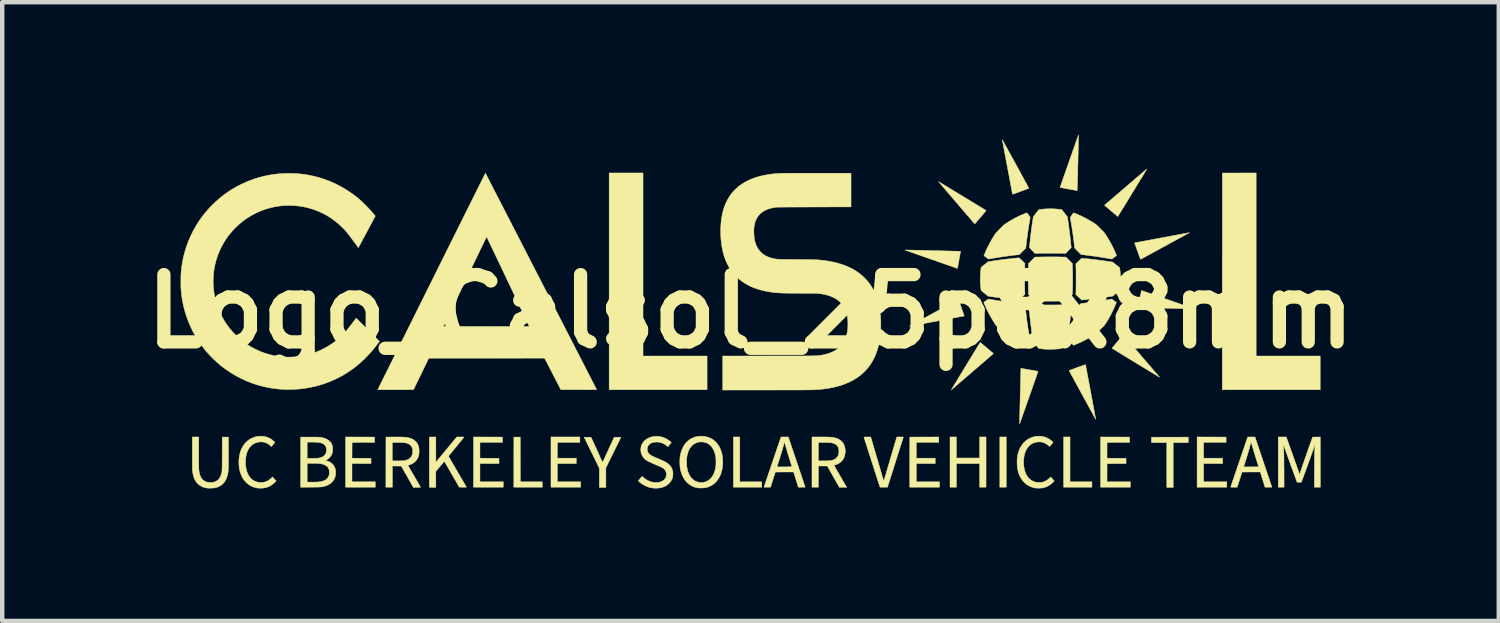
<source format=kicad_pcb>
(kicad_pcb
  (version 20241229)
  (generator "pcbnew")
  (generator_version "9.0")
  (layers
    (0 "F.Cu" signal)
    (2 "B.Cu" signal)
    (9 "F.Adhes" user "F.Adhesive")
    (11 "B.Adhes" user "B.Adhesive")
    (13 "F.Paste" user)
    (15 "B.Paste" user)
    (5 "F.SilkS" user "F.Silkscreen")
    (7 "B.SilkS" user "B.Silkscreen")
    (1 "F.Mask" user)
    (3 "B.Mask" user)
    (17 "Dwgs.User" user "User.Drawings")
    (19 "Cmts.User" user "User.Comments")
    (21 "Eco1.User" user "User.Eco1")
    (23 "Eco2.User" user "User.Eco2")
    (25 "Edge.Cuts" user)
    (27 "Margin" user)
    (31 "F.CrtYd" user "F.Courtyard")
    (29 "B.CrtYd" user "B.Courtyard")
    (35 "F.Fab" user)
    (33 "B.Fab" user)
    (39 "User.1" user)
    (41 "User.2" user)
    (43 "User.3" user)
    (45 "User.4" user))
  (footprint "Logo_Calsol_25p8x8mm"
    (layer "F.Cu")
    (at 13.941 4.001)
    (property "Reference" "Logo_Calsol_25p8x8mm" (at 0 0 0) (layer "F.SilkS") (effects (font (size 1.524 1.524) (thickness 0.3))))
    (attr through_hole)
    (fp_poly (pts (xy 5.79 3.979) (xy 5.645 3.979) (xy 5.645 2.842) (xy 5.79 2.842) (xy 5.79 3.979)) (stroke (width 0.01) (type solid)) (fill yes) (layer "F.SilkS"))
    (fp_poly (pts (xy -2.433 1.009) (xy -0.983 1.009) (xy -0.983 1.772) (xy -3.2 1.772) (xy -3.2 -3.135) (xy -2.433 -3.135) (xy -2.433 1.009)) (stroke (width 0.01) (type solid)) (fill yes) (layer "F.SilkS"))
    (fp_poly (pts (xy -0.242 3.857) (xy 0.255 3.857) (xy 0.255 3.979) (xy -0.387 3.979) (xy -0.387 2.842) (xy -0.242 2.842) (xy -0.242 3.857)) (stroke (width 0.01) (type solid)) (fill yes) (layer "F.SilkS"))
    (fp_poly (pts (xy 7.234 3.857) (xy 7.73 3.857) (xy 7.73 3.979) (xy 7.089 3.979) (xy 7.089 2.842) (xy 7.234 2.842) (xy 7.234 3.857)) (stroke (width 0.01) (type solid)) (fill yes) (layer "F.SilkS"))
    (fp_poly (pts (xy 11.448 1.009) (xy 12.898 1.009) (xy 12.898 1.772) (xy 10.681 1.772) (xy 10.682 -0.681) (xy 10.683 -3.134) (xy 11.448 -3.135) (xy 11.448 1.009)) (stroke (width 0.01) (type solid)) (fill yes) (layer "F.SilkS"))
    (fp_poly (pts (xy -5.211 3.35) (xy -5.21 3.857) (xy -4.714 3.857) (xy -4.714 3.979) (xy -5.358 3.979) (xy -5.358 3.411) (xy -5.357 2.844) (xy -5.212 2.844) (xy -5.211 3.35)) (stroke (width 0.01) (type solid)) (fill yes) (layer "F.SilkS"))
    (fp_poly (pts (xy 9.911 2.971) (xy 9.57 2.971) (xy 9.57 3.983) (xy 9.425 3.983) (xy 9.425 2.971) (xy 9.252 2.97) (xy 9.078 2.969) (xy 9.078 2.847) (xy 9.495 2.846) (xy 9.911 2.845) (xy 9.911 2.971)) (stroke (width 0.01) (type solid)) (fill yes) (layer "F.SilkS"))
    (fp_poly (pts (xy -3.863 2.964) (xy -4.372 2.964) (xy -4.372 3.322) (xy -3.944 3.322) (xy -3.944 3.444) (xy -4.372 3.444) (xy -4.372 3.857) (xy -3.844 3.857) (xy -3.844 3.979) (xy -4.517 3.979) (xy -4.517 2.842) (xy -3.863 2.842) (xy -3.863 2.964)) (stroke (width 0.01) (type solid)) (fill yes) (layer "F.SilkS"))
    (fp_poly (pts (xy 4.662 3.319) (xy 5.188 3.319) (xy 5.188 2.842) (xy 5.333 2.842) (xy 5.333 3.979) (xy 5.188 3.979) (xy 5.188 3.444) (xy 4.662 3.444) (xy 4.662 3.979) (xy 4.517 3.979) (xy 4.517 2.842) (xy 4.662 2.842) (xy 4.662 3.319)) (stroke (width 0.01) (type solid)) (fill yes) (layer "F.SilkS"))
    (fp_poly (pts (xy 10.767 2.844) (xy 10.768 2.904) (xy 10.768 2.964) (xy 10.259 2.964) (xy 10.259 3.322) (xy 10.688 3.322) (xy 10.688 3.444) (xy 10.259 3.444) (xy 10.259 3.857) (xy 10.784 3.857) (xy 10.784 3.979) (xy 10.111 3.979) (xy 10.111 2.842) (xy 10.767 2.844)) (stroke (width 0.01) (type solid)) (fill yes) (layer "F.SilkS"))
    (fp_poly (pts (xy -5.615 2.844) (xy -5.614 2.904) (xy -5.613 2.964) (xy -6.125 2.964) (xy -6.125 3.322) (xy -5.695 3.324) (xy -5.694 3.384) (xy -5.693 3.444) (xy -6.125 3.444) (xy -6.125 3.857) (xy -5.597 3.857) (xy -5.597 3.979) (xy -6.27 3.979) (xy -6.27 2.842) (xy -5.615 2.844)) (stroke (width 0.01) (type solid)) (fill yes) (layer "F.SilkS"))
    (fp_poly (pts (xy 4.263 2.964) (xy 3.754 2.964) (xy 3.754 3.322) (xy 4.182 3.322) (xy 4.182 3.444) (xy 3.754 3.444) (xy 3.754 3.857) (xy 4.279 3.857) (xy 4.279 3.979) (xy 3.606 3.979) (xy 3.606 3.411) (xy 3.607 2.844) (xy 3.935 2.843) (xy 4.263 2.842) (xy 4.263 2.964)) (stroke (width 0.01) (type solid)) (fill yes) (layer "F.SilkS"))
    (fp_poly (pts (xy -8.511 2.844) (xy -8.51 2.904) (xy -8.509 2.964) (xy -8.765 2.965) (xy -9.02 2.966) (xy -9.021 3.144) (xy -9.022 3.322) (xy -8.592 3.324) (xy -8.591 3.384) (xy -8.59 3.444) (xy -9.022 3.444) (xy -9.022 3.857) (xy -8.494 3.857) (xy -8.494 3.979) (xy -9.167 3.979) (xy -9.167 2.842) (xy -8.511 2.844)) (stroke (width 0.01) (type solid)) (fill yes) (layer "F.SilkS"))
    (fp_poly (pts (xy 8.582 2.844) (xy 8.583 2.904) (xy 8.584 2.964) (xy 8.073 2.966) (xy 8.072 3.144) (xy 8.071 3.322) (xy 8.502 3.324) (xy 8.502 3.384) (xy 8.503 3.444) (xy 8.288 3.445) (xy 8.073 3.446) (xy 8.072 3.651) (xy 8.071 3.857) (xy 8.6 3.857) (xy 8.6 3.979) (xy 7.926 3.979) (xy 7.926 2.842) (xy 8.582 2.844)) (stroke (width 0.01) (type solid)) (fill yes) (layer "F.SilkS"))
    (fp_poly (pts (xy 6.122 -1.176) (xy 6.138 -1.161) (xy 6.154 -1.145) (xy 6.17 -1.13) (xy 6.183 -1.117) (xy 6.188 -1.112) (xy 6.213 -1.087) (xy 6.209 -0.965) (xy 6.207 -0.831) (xy 6.206 -0.699) (xy 6.208 -0.567) (xy 6.209 -0.511) (xy 6.213 -0.389) (xy 6.085 -0.261) (xy 6.066 -0.261) (xy 6.053 -0.262) (xy 6.037 -0.263) (xy 6.021 -0.264) (xy 6.017 -0.265) (xy 5.954 -0.271) (xy 5.887 -0.278) (xy 5.819 -0.286) (xy 5.75 -0.295) (xy 5.682 -0.303) (xy 5.614 -0.312) (xy 5.55 -0.321) (xy 5.489 -0.33) (xy 5.433 -0.338) (xy 5.405 -0.342) (xy 5.379 -0.347) (xy 5.221 -0.475) (xy 5.218 -0.501) (xy 5.211 -0.552) (xy 5.206 -0.607) (xy 5.203 -0.664) (xy 5.202 -0.722) (xy 5.202 -0.777) (xy 5.204 -0.82) (xy 5.205 -0.843) (xy 5.206 -0.863) (xy 5.208 -0.883) (xy 5.21 -0.902) (xy 5.212 -0.923) (xy 5.215 -0.948) (xy 5.218 -0.977) (xy 5.218 -0.98) (xy 5.221 -0.998) (xy 5.259 -1.028) (xy 5.276 -1.041) (xy 5.295 -1.057) (xy 5.315 -1.073) (xy 5.334 -1.088) (xy 5.338 -1.092) (xy 5.38 -1.127) (xy 5.434 -1.135) (xy 5.539 -1.151) (xy 5.647 -1.166) (xy 5.758 -1.18) (xy 5.869 -1.193) (xy 5.977 -1.204) (xy 5.999 -1.207) (xy 6.081 -1.214) (xy 6.122 -1.176)) (stroke (width 0.01) (type solid)) (fill yes) (layer "F.SilkS"))
    (fp_poly (pts (xy 6.95 -1.235) (xy 6.967 -1.234) (xy 7.141 -1.231) (xy 7.215 -1.158) (xy 7.288 -1.084) (xy 7.291 -0.967) (xy 7.292 -0.933) (xy 7.293 -0.895) (xy 7.294 -0.854) (xy 7.294 -0.814) (xy 7.295 -0.776) (xy 7.295 -0.741) (xy 7.295 -0.735) (xy 7.295 -0.701) (xy 7.294 -0.664) (xy 7.294 -0.624) (xy 7.293 -0.583) (xy 7.293 -0.545) (xy 7.292 -0.51) (xy 7.291 -0.503) (xy 7.288 -0.385) (xy 7.215 -0.312) (xy 7.142 -0.239) (xy 7.038 -0.235) (xy 7.005 -0.234) (xy 6.967 -0.234) (xy 6.924 -0.233) (xy 6.878 -0.233) (xy 6.83 -0.233) (xy 6.78 -0.233) (xy 6.731 -0.233) (xy 6.683 -0.233) (xy 6.637 -0.233) (xy 6.594 -0.234) (xy 6.555 -0.235) (xy 6.523 -0.236) (xy 6.439 -0.239) (xy 6.367 -0.31) (xy 6.296 -0.382) (xy 6.292 -0.458) (xy 6.292 -0.475) (xy 6.291 -0.498) (xy 6.291 -0.525) (xy 6.29 -0.557) (xy 6.29 -0.591) (xy 6.29 -0.628) (xy 6.289 -0.666) (xy 6.289 -0.704) (xy 6.289 -0.735) (xy 6.289 -0.773) (xy 6.289 -0.811) (xy 6.29 -0.849) (xy 6.29 -0.885) (xy 6.29 -0.919) (xy 6.291 -0.95) (xy 6.291 -0.977) (xy 6.292 -0.998) (xy 6.292 -1.011) (xy 6.296 -1.087) (xy 6.368 -1.159) (xy 6.44 -1.231) (xy 6.616 -1.234) (xy 6.784 -1.236) (xy 6.95 -1.235)) (stroke (width 0.01) (type solid)) (fill yes) (layer "F.SilkS"))
    (fp_poly (pts (xy 7.426 -3.973) (xy 7.426 -3.968) (xy 7.426 -3.957) (xy 7.426 -3.94) (xy 7.426 -3.918) (xy 7.425 -3.89) (xy 7.424 -3.859) (xy 7.424 -3.823) (xy 7.423 -3.784) (xy 7.422 -3.742) (xy 7.421 -3.696) (xy 7.42 -3.649) (xy 7.419 -3.599) (xy 7.418 -3.547) (xy 7.416 -3.495) (xy 7.415 -3.441) (xy 7.414 -3.387) (xy 7.413 -3.333) (xy 7.411 -3.279) (xy 7.41 -3.226) (xy 7.409 -3.174) (xy 7.408 -3.124) (xy 7.407 -3.075) (xy 7.405 -3.029) (xy 7.404 -2.986) (xy 7.403 -2.946) (xy 7.402 -2.909) (xy 7.402 -2.876) (xy 7.401 -2.848) (xy 7.4 -2.824) (xy 7.4 -2.806) (xy 7.399 -2.798) (xy 7.398 -2.774) (xy 7.397 -2.756) (xy 7.396 -2.744) (xy 7.395 -2.737) (xy 7.394 -2.736) (xy 7.39 -2.737) (xy 7.38 -2.738) (xy 7.366 -2.741) (xy 7.346 -2.744) (xy 7.323 -2.749) (xy 7.296 -2.754) (xy 7.266 -2.759) (xy 7.233 -2.765) (xy 7.2 -2.771) (xy 7.166 -2.777) (xy 7.134 -2.783) (xy 7.104 -2.789) (xy 7.078 -2.794) (xy 7.055 -2.798) (xy 7.036 -2.802) (xy 7.021 -2.805) (xy 7.012 -2.807) (xy 7.009 -2.808) (xy 7.01 -2.811) (xy 7.013 -2.82) (xy 7.018 -2.834) (xy 7.025 -2.854) (xy 7.033 -2.878) (xy 7.043 -2.908) (xy 7.055 -2.941) (xy 7.068 -2.979) (xy 7.082 -3.02) (xy 7.098 -3.064) (xy 7.114 -3.112) (xy 7.132 -3.163) (xy 7.151 -3.216) (xy 7.17 -3.272) (xy 7.191 -3.329) (xy 7.211 -3.389) (xy 7.216 -3.403) (xy 7.425 -3.996) (xy 7.426 -3.973)) (stroke (width 0.01) (type solid)) (fill yes) (layer "F.SilkS"))
    (fp_poly (pts (xy 8.208 -0.26) (xy 8.223 -0.249) (xy 8.239 -0.237) (xy 8.253 -0.227) (xy 8.26 -0.223) (xy 8.27 -0.216) (xy 8.278 -0.211) (xy 8.283 -0.208) (xy 8.284 -0.207) (xy 8.283 -0.204) (xy 8.28 -0.196) (xy 8.276 -0.184) (xy 8.27 -0.17) (xy 8.266 -0.161) (xy 8.222 -0.057) (xy 8.172 0.046) (xy 8.118 0.147) (xy 8.059 0.245) (xy 8.044 0.268) (xy 8.034 0.283) (xy 8.025 0.296) (xy 8.017 0.307) (xy 8.009 0.317) (xy 8 0.327) (xy 7.989 0.339) (xy 7.975 0.352) (xy 7.958 0.369) (xy 7.952 0.375) (xy 7.934 0.392) (xy 7.915 0.41) (xy 7.898 0.427) (xy 7.882 0.443) (xy 7.87 0.456) (xy 7.865 0.461) (xy 7.852 0.474) (xy 7.84 0.486) (xy 7.828 0.496) (xy 7.812 0.507) (xy 7.793 0.52) (xy 7.694 0.582) (xy 7.594 0.638) (xy 7.493 0.689) (xy 7.388 0.736) (xy 7.36 0.748) (xy 7.344 0.754) (xy 7.33 0.76) (xy 7.319 0.764) (xy 7.312 0.766) (xy 7.311 0.767) (xy 7.308 0.764) (xy 7.303 0.757) (xy 7.295 0.747) (xy 7.285 0.733) (xy 7.273 0.717) (xy 7.272 0.715) (xy 7.235 0.663) (xy 7.242 0.622) (xy 7.26 0.522) (xy 7.277 0.416) (xy 7.294 0.306) (xy 7.309 0.194) (xy 7.323 0.081) (xy 7.332 0.008) (xy 7.336 -0.033) (xy 7.41 -0.107) (xy 7.483 -0.18) (xy 7.53 -0.185) (xy 7.65 -0.199) (xy 7.774 -0.216) (xy 7.899 -0.234) (xy 8.023 -0.254) (xy 8.105 -0.268) (xy 8.179 -0.281) (xy 8.208 -0.26)) (stroke (width 0.01) (type solid)) (fill yes) (layer "F.SilkS"))
    (fp_poly (pts (xy 8.447 0.542) (xy 8.45 0.546) (xy 8.457 0.554) (xy 8.468 0.566) (xy 8.483 0.583) (xy 8.5 0.604) (xy 8.521 0.628) (xy 8.545 0.655) (xy 8.572 0.686) (xy 8.601 0.72) (xy 8.632 0.757) (xy 8.666 0.795) (xy 8.701 0.837) (xy 8.738 0.88) (xy 8.776 0.924) (xy 8.816 0.97) (xy 8.853 1.013) (xy 8.893 1.061) (xy 8.933 1.106) (xy 8.971 1.151) (xy 9.008 1.194) (xy 9.043 1.234) (xy 9.076 1.273) (xy 9.107 1.309) (xy 9.135 1.342) (xy 9.161 1.372) (xy 9.185 1.4) (xy 9.205 1.423) (xy 9.222 1.443) (xy 9.236 1.459) (xy 9.246 1.471) (xy 9.253 1.479) (xy 9.255 1.481) (xy 9.259 1.486) (xy 9.26 1.489) (xy 9.26 1.489) (xy 9.257 1.487) (xy 9.249 1.482) (xy 9.236 1.474) (xy 9.218 1.464) (xy 9.196 1.45) (xy 9.17 1.434) (xy 9.139 1.416) (xy 9.105 1.395) (xy 9.068 1.373) (xy 9.027 1.348) (xy 8.984 1.322) (xy 8.938 1.294) (xy 8.89 1.265) (xy 8.839 1.234) (xy 8.787 1.202) (xy 8.734 1.17) (xy 8.722 1.162) (xy 8.668 1.13) (xy 8.615 1.098) (xy 8.564 1.067) (xy 8.516 1.037) (xy 8.469 1.009) (xy 8.425 0.982) (xy 8.384 0.957) (xy 8.346 0.933) (xy 8.312 0.912) (xy 8.281 0.893) (xy 8.253 0.876) (xy 8.23 0.862) (xy 8.212 0.85) (xy 8.198 0.842) (xy 8.189 0.836) (xy 8.185 0.833) (xy 8.185 0.833) (xy 8.187 0.83) (xy 8.193 0.822) (xy 8.202 0.811) (xy 8.214 0.796) (xy 8.229 0.778) (xy 8.247 0.757) (xy 8.266 0.733) (xy 8.288 0.708) (xy 8.31 0.681) (xy 8.311 0.681) (xy 8.437 0.531) (xy 8.447 0.542)) (stroke (width 0.01) (type solid)) (fill yes) (layer "F.SilkS"))
    (fp_poly (pts (xy 5.392 -0.28) (xy 5.401 -0.278) (xy 5.415 -0.276) (xy 5.433 -0.273) (xy 5.454 -0.269) (xy 5.477 -0.265) (xy 5.482 -0.264) (xy 5.568 -0.25) (xy 5.655 -0.236) (xy 5.742 -0.222) (xy 5.828 -0.21) (xy 5.911 -0.2) (xy 5.989 -0.191) (xy 5.995 -0.19) (xy 6.015 -0.188) (xy 6.034 -0.186) (xy 6.05 -0.184) (xy 6.062 -0.183) (xy 6.069 -0.182) (xy 6.073 -0.181) (xy 6.077 -0.18) (xy 6.082 -0.177) (xy 6.088 -0.172) (xy 6.096 -0.165) (xy 6.106 -0.156) (xy 6.119 -0.143) (xy 6.135 -0.127) (xy 6.156 -0.106) (xy 6.156 -0.105) (xy 6.231 -0.031) (xy 6.235 0.008) (xy 6.239 0.053) (xy 6.245 0.103) (xy 6.252 0.158) (xy 6.259 0.215) (xy 6.268 0.274) (xy 6.276 0.335) (xy 6.285 0.395) (xy 6.295 0.454) (xy 6.304 0.51) (xy 6.313 0.563) (xy 6.321 0.612) (xy 6.325 0.63) (xy 6.331 0.662) (xy 6.311 0.69) (xy 6.3 0.705) (xy 6.288 0.721) (xy 6.277 0.737) (xy 6.274 0.742) (xy 6.266 0.753) (xy 6.26 0.761) (xy 6.256 0.766) (xy 6.255 0.767) (xy 6.251 0.766) (xy 6.243 0.762) (xy 6.231 0.758) (xy 6.216 0.752) (xy 6.214 0.751) (xy 6.11 0.706) (xy 6.008 0.656) (xy 5.906 0.601) (xy 5.806 0.54) (xy 5.75 0.504) (xy 5.553 0.31) (xy 5.516 0.251) (xy 5.468 0.172) (xy 5.424 0.096) (xy 5.384 0.022) (xy 5.348 -0.052) (xy 5.314 -0.127) (xy 5.3 -0.16) (xy 5.281 -0.206) (xy 5.292 -0.214) (xy 5.304 -0.223) (xy 5.318 -0.233) (xy 5.333 -0.244) (xy 5.348 -0.254) (xy 5.362 -0.263) (xy 5.374 -0.271) (xy 5.382 -0.277) (xy 5.387 -0.28) (xy 5.388 -0.28) (xy 5.392 -0.28)) (stroke (width 0.01) (type solid)) (fill yes) (layer "F.SilkS"))
    (fp_poly (pts (xy -3.543 2.992) (xy -3.528 3.026) (xy -3.511 3.062) (xy -3.494 3.099) (xy -3.477 3.137) (xy -3.46 3.173) (xy -3.445 3.206) (xy -3.432 3.236) (xy -3.427 3.248) (xy -3.411 3.283) (xy -3.398 3.313) (xy -3.387 3.338) (xy -3.378 3.358) (xy -3.37 3.374) (xy -3.364 3.387) (xy -3.36 3.396) (xy -3.357 3.403) (xy -3.354 3.408) (xy -3.352 3.41) (xy -3.351 3.412) (xy -3.35 3.412) (xy -3.349 3.412) (xy -3.348 3.41) (xy -3.344 3.404) (xy -3.339 3.394) (xy -3.331 3.38) (xy -3.322 3.361) (xy -3.311 3.337) (xy -3.297 3.308) (xy -3.282 3.274) (xy -3.264 3.235) (xy -3.243 3.189) (xy -3.235 3.172) (xy -3.223 3.146) (xy -3.21 3.116) (xy -3.194 3.083) (xy -3.179 3.049) (xy -3.163 3.014) (xy -3.148 2.982) (xy -3.139 2.963) (xy -3.085 2.847) (xy -3.009 2.847) (xy -2.983 2.847) (xy -2.962 2.847) (xy -2.947 2.848) (xy -2.937 2.849) (xy -2.934 2.85) (xy -2.934 2.85) (xy -2.936 2.853) (xy -2.94 2.862) (xy -2.947 2.876) (xy -2.956 2.894) (xy -2.967 2.917) (xy -2.98 2.944) (xy -2.995 2.974) (xy -3.011 3.008) (xy -3.029 3.044) (xy -3.048 3.083) (xy -3.069 3.124) (xy -3.09 3.168) (xy -3.104 3.196) (xy -3.274 3.54) (xy -3.274 3.983) (xy -3.422 3.983) (xy -3.422 3.548) (xy -3.593 3.2) (xy -3.615 3.156) (xy -3.636 3.113) (xy -3.656 3.072) (xy -3.675 3.034) (xy -3.692 2.998) (xy -3.708 2.965) (xy -3.723 2.936) (xy -3.735 2.91) (xy -3.746 2.888) (xy -3.754 2.871) (xy -3.76 2.859) (xy -3.764 2.852) (xy -3.764 2.85) (xy -3.762 2.849) (xy -3.752 2.848) (xy -3.737 2.847) (xy -3.716 2.847) (xy -3.69 2.847) (xy -3.688 2.847) (xy -3.611 2.847) (xy -3.543 2.992)) (stroke (width 0.01) (type solid)) (fill yes) (layer "F.SilkS"))
    (fp_poly (pts (xy 5.702 -3.885) (xy 5.707 -3.878) (xy 5.714 -3.865) (xy 5.724 -3.847) (xy 5.736 -3.826) (xy 5.75 -3.8) (xy 5.766 -3.77) (xy 5.784 -3.737) (xy 5.804 -3.702) (xy 5.825 -3.663) (xy 5.848 -3.622) (xy 5.871 -3.579) (xy 5.896 -3.535) (xy 5.921 -3.489) (xy 5.947 -3.442) (xy 5.973 -3.394) (xy 5.999 -3.346) (xy 6.026 -3.298) (xy 6.052 -3.25) (xy 6.078 -3.202) (xy 6.103 -3.156) (xy 6.128 -3.111) (xy 6.151 -3.067) (xy 6.174 -3.026) (xy 6.195 -2.987) (xy 6.215 -2.95) (xy 6.234 -2.916) (xy 6.25 -2.886) (xy 6.265 -2.859) (xy 6.277 -2.836) (xy 6.287 -2.817) (xy 6.295 -2.803) (xy 6.3 -2.794) (xy 6.302 -2.789) (xy 6.302 -2.789) (xy 6.299 -2.788) (xy 6.291 -2.784) (xy 6.277 -2.779) (xy 6.26 -2.772) (xy 6.238 -2.764) (xy 6.214 -2.754) (xy 6.187 -2.744) (xy 6.158 -2.733) (xy 6.127 -2.722) (xy 6.095 -2.71) (xy 6.063 -2.698) (xy 6.032 -2.687) (xy 6.001 -2.676) (xy 5.971 -2.665) (xy 5.944 -2.655) (xy 5.935 -2.652) (xy 5.932 -2.654) (xy 5.932 -2.654) (xy 5.931 -2.658) (xy 5.93 -2.667) (xy 5.927 -2.682) (xy 5.923 -2.703) (xy 5.918 -2.729) (xy 5.912 -2.759) (xy 5.906 -2.794) (xy 5.898 -2.833) (xy 5.89 -2.876) (xy 5.882 -2.923) (xy 5.872 -2.973) (xy 5.862 -3.026) (xy 5.852 -3.081) (xy 5.841 -3.139) (xy 5.829 -3.199) (xy 5.818 -3.261) (xy 5.816 -3.271) (xy 5.804 -3.333) (xy 5.793 -3.393) (xy 5.782 -3.451) (xy 5.771 -3.507) (xy 5.761 -3.56) (xy 5.752 -3.611) (xy 5.743 -3.658) (xy 5.735 -3.702) (xy 5.727 -3.742) (xy 5.721 -3.777) (xy 5.715 -3.809) (xy 5.71 -3.835) (xy 5.706 -3.857) (xy 5.703 -3.873) (xy 5.701 -3.883) (xy 5.701 -3.888) (xy 5.701 -3.888) (xy 5.702 -3.885)) (stroke (width 0.01) (type solid)) (fill yes) (layer "F.SilkS"))
    (fp_poly (pts (xy 6.259 -2.232) (xy 6.262 -2.229) (xy 6.268 -2.222) (xy 6.276 -2.211) (xy 6.285 -2.198) (xy 6.296 -2.184) (xy 6.306 -2.17) (xy 6.315 -2.157) (xy 6.324 -2.145) (xy 6.329 -2.136) (xy 6.331 -2.132) (xy 6.332 -2.127) (xy 6.332 -2.121) (xy 6.331 -2.111) (xy 6.328 -2.096) (xy 6.32 -2.052) (xy 6.311 -2.002) (xy 6.302 -1.949) (xy 6.293 -1.892) (xy 6.284 -1.833) (xy 6.275 -1.773) (xy 6.267 -1.713) (xy 6.259 -1.654) (xy 6.252 -1.597) (xy 6.245 -1.544) (xy 6.24 -1.495) (xy 6.238 -1.474) (xy 6.234 -1.434) (xy 6.159 -1.36) (xy 6.085 -1.286) (xy 6.022 -1.279) (xy 5.932 -1.269) (xy 5.837 -1.257) (xy 5.74 -1.243) (xy 5.642 -1.229) (xy 5.546 -1.213) (xy 5.455 -1.197) (xy 5.436 -1.194) (xy 5.419 -1.191) (xy 5.405 -1.188) (xy 5.395 -1.187) (xy 5.391 -1.186) (xy 5.391 -1.186) (xy 5.388 -1.188) (xy 5.38 -1.193) (xy 5.371 -1.2) (xy 5.363 -1.205) (xy 5.348 -1.217) (xy 5.331 -1.229) (xy 5.315 -1.24) (xy 5.311 -1.243) (xy 5.285 -1.261) (xy 5.298 -1.293) (xy 5.33 -1.371) (xy 5.368 -1.452) (xy 5.409 -1.533) (xy 5.453 -1.613) (xy 5.5 -1.691) (xy 5.537 -1.749) (xy 5.546 -1.761) (xy 5.559 -1.776) (xy 5.575 -1.795) (xy 5.594 -1.815) (xy 5.615 -1.837) (xy 5.637 -1.86) (xy 5.66 -1.883) (xy 5.682 -1.905) (xy 5.704 -1.926) (xy 5.724 -1.945) (xy 5.742 -1.961) (xy 5.757 -1.973) (xy 5.768 -1.981) (xy 5.807 -2.007) (xy 5.85 -2.034) (xy 5.897 -2.061) (xy 5.944 -2.088) (xy 5.99 -2.114) (xy 6.035 -2.137) (xy 6.051 -2.145) (xy 6.077 -2.157) (xy 6.103 -2.17) (xy 6.13 -2.182) (xy 6.156 -2.193) (xy 6.18 -2.203) (xy 6.202 -2.213) (xy 6.222 -2.22) (xy 6.238 -2.226) (xy 6.25 -2.23) (xy 6.258 -2.232) (xy 6.259 -2.232)) (stroke (width 0.01) (type solid)) (fill yes) (layer "F.SilkS"))
    (fp_poly (pts (xy 7.585 1.205) (xy 7.586 1.208) (xy 7.588 1.217) (xy 7.591 1.232) (xy 7.595 1.252) (xy 7.599 1.277) (xy 7.605 1.307) (xy 7.611 1.34) (xy 7.618 1.377) (xy 7.626 1.418) (xy 7.634 1.462) (xy 7.643 1.508) (xy 7.652 1.556) (xy 7.661 1.607) (xy 7.671 1.658) (xy 7.681 1.711) (xy 7.691 1.765) (xy 7.701 1.819) (xy 7.711 1.874) (xy 7.721 1.927) (xy 7.731 1.981) (xy 7.741 2.033) (xy 7.75 2.083) (xy 7.759 2.132) (xy 7.768 2.178) (xy 7.776 2.222) (xy 7.784 2.263) (xy 7.79 2.301) (xy 7.797 2.335) (xy 7.802 2.365) (xy 7.807 2.391) (xy 7.811 2.412) (xy 7.813 2.427) (xy 7.815 2.437) (xy 7.816 2.441) (xy 7.816 2.441) (xy 7.814 2.439) (xy 7.809 2.431) (xy 7.802 2.418) (xy 7.792 2.4) (xy 7.78 2.377) (xy 7.765 2.35) (xy 7.748 2.319) (xy 7.729 2.284) (xy 7.708 2.246) (xy 7.685 2.205) (xy 7.661 2.161) (xy 7.635 2.113) (xy 7.608 2.064) (xy 7.58 2.012) (xy 7.551 1.959) (xy 7.521 1.904) (xy 7.514 1.892) (xy 7.484 1.837) (xy 7.455 1.783) (xy 7.426 1.731) (xy 7.399 1.681) (xy 7.373 1.633) (xy 7.348 1.588) (xy 7.325 1.546) (xy 7.304 1.506) (xy 7.285 1.471) (xy 7.267 1.439) (xy 7.252 1.411) (xy 7.239 1.387) (xy 7.229 1.367) (xy 7.221 1.353) (xy 7.216 1.343) (xy 7.214 1.339) (xy 7.214 1.339) (xy 7.217 1.337) (xy 7.225 1.334) (xy 7.238 1.329) (xy 7.256 1.322) (xy 7.277 1.314) (xy 7.3 1.305) (xy 7.326 1.296) (xy 7.354 1.285) (xy 7.383 1.275) (xy 7.412 1.264) (xy 7.441 1.254) (xy 7.469 1.244) (xy 7.495 1.235) (xy 7.519 1.226) (xy 7.54 1.219) (xy 7.558 1.213) (xy 7.572 1.208) (xy 7.581 1.205) (xy 7.585 1.205) (xy 7.585 1.205)) (stroke (width 0.01) (type solid)) (fill yes) (layer "F.SilkS"))
    (fp_poly (pts (xy 4.268 -2.934) (xy 4.272 -2.931) (xy 4.281 -2.926) (xy 4.295 -2.917) (xy 4.314 -2.906) (xy 4.337 -2.892) (xy 4.364 -2.876) (xy 4.395 -2.857) (xy 4.43 -2.836) (xy 4.468 -2.813) (xy 4.509 -2.788) (xy 4.553 -2.761) (xy 4.599 -2.733) (xy 4.648 -2.703) (xy 4.698 -2.673) (xy 4.75 -2.641) (xy 4.804 -2.609) (xy 4.807 -2.607) (xy 4.861 -2.574) (xy 4.913 -2.543) (xy 4.963 -2.512) (xy 5.011 -2.483) (xy 5.057 -2.455) (xy 5.101 -2.428) (xy 5.141 -2.404) (xy 5.179 -2.381) (xy 5.213 -2.36) (xy 5.243 -2.341) (xy 5.27 -2.325) (xy 5.293 -2.311) (xy 5.311 -2.3) (xy 5.324 -2.291) (xy 5.332 -2.286) (xy 5.336 -2.284) (xy 5.336 -2.284) (xy 5.334 -2.281) (xy 5.328 -2.274) (xy 5.319 -2.263) (xy 5.307 -2.249) (xy 5.292 -2.232) (xy 5.276 -2.212) (xy 5.258 -2.191) (xy 5.239 -2.168) (xy 5.219 -2.145) (xy 5.199 -2.122) (xy 5.179 -2.098) (xy 5.16 -2.076) (xy 5.141 -2.054) (xy 5.125 -2.035) (xy 5.11 -2.018) (xy 5.097 -2.003) (xy 5.088 -1.992) (xy 5.081 -1.985) (xy 5.079 -1.983) (xy 5.079 -1.983) (xy 5.076 -1.985) (xy 5.07 -1.992) (xy 5.06 -2.003) (xy 5.046 -2.019) (xy 5.029 -2.038) (xy 5.009 -2.062) (xy 4.986 -2.089) (xy 4.96 -2.119) (xy 4.932 -2.152) (xy 4.901 -2.187) (xy 4.868 -2.226) (xy 4.833 -2.266) (xy 4.796 -2.309) (xy 4.758 -2.354) (xy 4.718 -2.4) (xy 4.678 -2.447) (xy 4.672 -2.454) (xy 4.631 -2.502) (xy 4.591 -2.548) (xy 4.553 -2.593) (xy 4.516 -2.637) (xy 4.48 -2.678) (xy 4.447 -2.717) (xy 4.416 -2.754) (xy 4.387 -2.788) (xy 4.36 -2.819) (xy 4.336 -2.846) (xy 4.316 -2.871) (xy 4.298 -2.892) (xy 4.284 -2.908) (xy 4.273 -2.921) (xy 4.266 -2.929) (xy 4.263 -2.933) (xy 4.263 -2.933) (xy 4.258 -2.94) (xy 4.268 -2.934)) (stroke (width 0.01) (type solid)) (fill yes) (layer "F.SilkS"))
    (fp_poly (pts (xy 7.564 -1.198) (xy 7.661 -1.189) (xy 7.763 -1.177) (xy 7.867 -1.165) (xy 7.973 -1.151) (xy 8.078 -1.136) (xy 8.123 -1.129) (xy 8.199 -1.117) (xy 8.258 -1.07) (xy 8.277 -1.056) (xy 8.294 -1.042) (xy 8.311 -1.029) (xy 8.324 -1.018) (xy 8.335 -1.01) (xy 8.338 -1.008) (xy 8.345 -1.002) (xy 8.351 -0.997) (xy 8.355 -0.993) (xy 8.357 -0.987) (xy 8.36 -0.978) (xy 8.362 -0.967) (xy 8.364 -0.951) (xy 8.366 -0.931) (xy 8.374 -0.846) (xy 8.377 -0.759) (xy 8.377 -0.671) (xy 8.371 -0.584) (xy 8.366 -0.532) (xy 8.364 -0.511) (xy 8.362 -0.495) (xy 8.36 -0.484) (xy 8.357 -0.476) (xy 8.355 -0.47) (xy 8.351 -0.466) (xy 8.345 -0.462) (xy 8.339 -0.457) (xy 8.332 -0.451) (xy 8.32 -0.442) (xy 8.305 -0.43) (xy 8.288 -0.417) (xy 8.27 -0.403) (xy 8.26 -0.395) (xy 8.2 -0.347) (xy 8.175 -0.343) (xy 8.145 -0.338) (xy 8.109 -0.332) (xy 8.069 -0.326) (xy 8.024 -0.32) (xy 7.976 -0.313) (xy 7.926 -0.307) (xy 7.875 -0.3) (xy 7.822 -0.294) (xy 7.77 -0.287) (xy 7.718 -0.282) (xy 7.668 -0.276) (xy 7.621 -0.271) (xy 7.577 -0.266) (xy 7.537 -0.263) (xy 7.511 -0.26) (xy 7.498 -0.259) (xy 7.365 -0.385) (xy 7.367 -0.409) (xy 7.368 -0.421) (xy 7.368 -0.439) (xy 7.369 -0.462) (xy 7.369 -0.49) (xy 7.37 -0.521) (xy 7.37 -0.556) (xy 7.371 -0.593) (xy 7.371 -0.631) (xy 7.371 -0.671) (xy 7.371 -0.712) (xy 7.371 -0.752) (xy 7.371 -0.791) (xy 7.371 -0.829) (xy 7.371 -0.865) (xy 7.371 -0.898) (xy 7.37 -0.928) (xy 7.37 -0.953) (xy 7.369 -0.973) (xy 7.369 -0.981) (xy 7.366 -1.078) (xy 7.42 -1.131) (xy 7.436 -1.146) (xy 7.451 -1.161) (xy 7.465 -1.174) (xy 7.476 -1.184) (xy 7.484 -1.192) (xy 7.487 -1.194) (xy 7.499 -1.204) (xy 7.564 -1.198)) (stroke (width 0.01) (type solid)) (fill yes) (layer "F.SilkS"))
    (fp_poly (pts (xy 4.711 -0.267) (xy 4.714 -0.258) (xy 4.719 -0.244) (xy 4.725 -0.226) (xy 4.733 -0.205) (xy 4.741 -0.181) (xy 4.751 -0.155) (xy 4.76 -0.127) (xy 4.77 -0.098) (xy 4.78 -0.069) (xy 4.79 -0.04) (xy 4.8 -0.012) (xy 4.809 0.014) (xy 4.817 0.038) (xy 4.824 0.059) (xy 4.83 0.077) (xy 4.835 0.09) (xy 4.838 0.099) (xy 4.838 0.102) (xy 4.838 0.102) (xy 4.835 0.103) (xy 4.826 0.105) (xy 4.811 0.108) (xy 4.79 0.112) (xy 4.765 0.117) (xy 4.734 0.122) (xy 4.699 0.129) (xy 4.66 0.136) (xy 4.617 0.144) (xy 4.571 0.153) (xy 4.521 0.163) (xy 4.468 0.172) (xy 4.413 0.183) (xy 4.355 0.194) (xy 4.295 0.205) (xy 4.234 0.216) (xy 4.225 0.218) (xy 4.163 0.229) (xy 4.103 0.241) (xy 4.045 0.251) (xy 3.989 0.262) (xy 3.935 0.272) (xy 3.885 0.281) (xy 3.837 0.29) (xy 3.793 0.298) (xy 3.753 0.306) (xy 3.717 0.313) (xy 3.686 0.319) (xy 3.659 0.324) (xy 3.637 0.328) (xy 3.621 0.331) (xy 3.61 0.333) (xy 3.606 0.334) (xy 3.606 0.334) (xy 3.6 0.334) (xy 3.601 0.332) (xy 3.604 0.331) (xy 3.612 0.326) (xy 3.626 0.318) (xy 3.644 0.308) (xy 3.666 0.296) (xy 3.693 0.282) (xy 3.723 0.265) (xy 3.756 0.247) (xy 3.793 0.227) (xy 3.832 0.206) (xy 3.873 0.183) (xy 3.916 0.16) (xy 3.962 0.135) (xy 4.008 0.11) (xy 4.055 0.084) (xy 4.103 0.058) (xy 4.152 0.031) (xy 4.2 0.005) (xy 4.249 -0.021) (xy 4.296 -0.047) (xy 4.343 -0.072) (xy 4.388 -0.097) (xy 4.432 -0.12) (xy 4.473 -0.143) (xy 4.513 -0.164) (xy 4.549 -0.184) (xy 4.583 -0.202) (xy 4.614 -0.219) (xy 4.641 -0.233) (xy 4.663 -0.246) (xy 4.682 -0.256) (xy 4.696 -0.263) (xy 4.705 -0.268) (xy 4.709 -0.27) (xy 4.709 -0.27) (xy 4.711 -0.267)) (stroke (width 0.01) (type solid)) (fill yes) (layer "F.SilkS"))
    (fp_poly (pts (xy 5.203 0.703) (xy 5.21 0.709) (xy 5.221 0.717) (xy 5.235 0.729) (xy 5.252 0.743) (xy 5.272 0.759) (xy 5.293 0.777) (xy 5.316 0.796) (xy 5.339 0.815) (xy 5.362 0.835) (xy 5.385 0.855) (xy 5.408 0.874) (xy 5.429 0.892) (xy 5.448 0.908) (xy 5.465 0.923) (xy 5.479 0.935) (xy 5.49 0.945) (xy 5.497 0.951) (xy 5.5 0.954) (xy 5.497 0.956) (xy 5.49 0.962) (xy 5.479 0.972) (xy 5.463 0.986) (xy 5.444 1.003) (xy 5.421 1.023) (xy 5.394 1.047) (xy 5.364 1.073) (xy 5.331 1.101) (xy 5.295 1.132) (xy 5.257 1.165) (xy 5.216 1.2) (xy 5.174 1.237) (xy 5.129 1.275) (xy 5.083 1.315) (xy 5.036 1.355) (xy 5.031 1.36) (xy 4.983 1.401) (xy 4.937 1.441) (xy 4.892 1.479) (xy 4.849 1.516) (xy 4.807 1.552) (xy 4.768 1.585) (xy 4.732 1.617) (xy 4.698 1.646) (xy 4.667 1.672) (xy 4.64 1.696) (xy 4.615 1.717) (xy 4.595 1.735) (xy 4.578 1.749) (xy 4.565 1.76) (xy 4.557 1.767) (xy 4.554 1.77) (xy 4.554 1.77) (xy 4.549 1.774) (xy 4.546 1.774) (xy 4.546 1.774) (xy 4.548 1.771) (xy 4.553 1.763) (xy 4.561 1.75) (xy 4.571 1.733) (xy 4.584 1.711) (xy 4.6 1.686) (xy 4.617 1.656) (xy 4.637 1.624) (xy 4.659 1.589) (xy 4.682 1.551) (xy 4.706 1.511) (xy 4.732 1.469) (xy 4.758 1.425) (xy 4.786 1.38) (xy 4.814 1.334) (xy 4.842 1.287) (xy 4.871 1.24) (xy 4.9 1.193) (xy 4.928 1.146) (xy 4.956 1.1) (xy 4.984 1.055) (xy 5.011 1.011) (xy 5.036 0.969) (xy 5.061 0.929) (xy 5.084 0.89) (xy 5.106 0.855) (xy 5.126 0.822) (xy 5.144 0.793) (xy 5.16 0.767) (xy 5.174 0.745) (xy 5.185 0.727) (xy 5.193 0.714) (xy 5.198 0.705) (xy 5.2 0.702) (xy 5.2 0.701) (xy 5.203 0.703)) (stroke (width 0.01) (type solid)) (fill yes) (layer "F.SilkS"))
    (fp_poly (pts (xy 8.973 -3.224) (xy 8.97 -3.218) (xy 8.968 -3.214) (xy 8.962 -3.205) (xy 8.953 -3.19) (xy 8.942 -3.172) (xy 8.928 -3.149) (xy 8.912 -3.122) (xy 8.894 -3.092) (xy 8.874 -3.059) (xy 8.852 -3.023) (xy 8.828 -2.985) (xy 8.803 -2.944) (xy 8.777 -2.902) (xy 8.75 -2.858) (xy 8.723 -2.812) (xy 8.695 -2.766) (xy 8.666 -2.719) (xy 8.637 -2.673) (xy 8.609 -2.626) (xy 8.58 -2.579) (xy 8.552 -2.533) (xy 8.525 -2.489) (xy 8.498 -2.445) (xy 8.473 -2.404) (xy 8.449 -2.364) (xy 8.426 -2.327) (xy 8.404 -2.292) (xy 8.385 -2.261) (xy 8.368 -2.232) (xy 8.352 -2.208) (xy 8.34 -2.187) (xy 8.329 -2.17) (xy 8.322 -2.158) (xy 8.318 -2.151) (xy 8.316 -2.149) (xy 8.314 -2.151) (xy 8.306 -2.157) (xy 8.295 -2.167) (xy 8.28 -2.179) (xy 8.262 -2.194) (xy 8.241 -2.212) (xy 8.218 -2.231) (xy 8.193 -2.252) (xy 8.167 -2.275) (xy 8.165 -2.276) (xy 8.138 -2.299) (xy 8.113 -2.32) (xy 8.09 -2.34) (xy 8.069 -2.358) (xy 8.051 -2.373) (xy 8.036 -2.386) (xy 8.025 -2.396) (xy 8.018 -2.402) (xy 8.015 -2.405) (xy 8.015 -2.405) (xy 8.017 -2.407) (xy 8.024 -2.413) (xy 8.036 -2.423) (xy 8.051 -2.436) (xy 8.07 -2.452) (xy 8.093 -2.472) (xy 8.119 -2.494) (xy 8.147 -2.519) (xy 8.179 -2.545) (xy 8.212 -2.574) (xy 8.248 -2.605) (xy 8.285 -2.637) (xy 8.324 -2.67) (xy 8.364 -2.704) (xy 8.405 -2.74) (xy 8.446 -2.775) (xy 8.488 -2.811) (xy 8.53 -2.847) (xy 8.571 -2.882) (xy 8.612 -2.918) (xy 8.653 -2.952) (xy 8.692 -2.985) (xy 8.729 -3.018) (xy 8.765 -3.048) (xy 8.799 -3.078) (xy 8.831 -3.105) (xy 8.86 -3.13) (xy 8.886 -3.152) (xy 8.91 -3.172) (xy 8.929 -3.189) (xy 8.946 -3.203) (xy 8.958 -3.213) (xy 8.966 -3.22) (xy 8.969 -3.222) (xy 8.973 -3.225) (xy 8.973 -3.224)) (stroke (width 0.01) (type solid)) (fill yes) (layer "F.SilkS"))
    (fp_poly (pts (xy 9.935 -1.782) (xy 9.932 -1.781) (xy 9.924 -1.776) (xy 9.911 -1.769) (xy 9.893 -1.759) (xy 9.87 -1.746) (xy 9.844 -1.732) (xy 9.814 -1.715) (xy 9.781 -1.697) (xy 9.744 -1.677) (xy 9.705 -1.656) (xy 9.664 -1.633) (xy 9.621 -1.61) (xy 9.576 -1.585) (xy 9.529 -1.56) (xy 9.482 -1.534) (xy 9.434 -1.508) (xy 9.386 -1.481) (xy 9.337 -1.455) (xy 9.289 -1.429) (xy 9.242 -1.403) (xy 9.195 -1.377) (xy 9.15 -1.353) (xy 9.106 -1.329) (xy 9.065 -1.306) (xy 9.026 -1.285) (xy 8.989 -1.265) (xy 8.955 -1.247) (xy 8.925 -1.23) (xy 8.898 -1.216) (xy 8.875 -1.203) (xy 8.857 -1.193) (xy 8.843 -1.186) (xy 8.834 -1.181) (xy 8.831 -1.179) (xy 8.831 -1.179) (xy 8.829 -1.182) (xy 8.826 -1.188) (xy 8.825 -1.193) (xy 8.821 -1.203) (xy 8.815 -1.218) (xy 8.809 -1.237) (xy 8.8 -1.26) (xy 8.791 -1.287) (xy 8.78 -1.316) (xy 8.769 -1.347) (xy 8.759 -1.374) (xy 8.748 -1.406) (xy 8.737 -1.436) (xy 8.727 -1.464) (xy 8.718 -1.489) (xy 8.711 -1.511) (xy 8.705 -1.528) (xy 8.7 -1.541) (xy 8.698 -1.549) (xy 8.697 -1.552) (xy 8.701 -1.553) (xy 8.71 -1.555) (xy 8.725 -1.557) (xy 8.746 -1.561) (xy 8.771 -1.566) (xy 8.802 -1.572) (xy 8.836 -1.579) (xy 8.876 -1.586) (xy 8.918 -1.594) (xy 8.965 -1.603) (xy 9.015 -1.612) (xy 9.068 -1.622) (xy 9.123 -1.633) (xy 9.181 -1.643) (xy 9.241 -1.655) (xy 9.302 -1.666) (xy 9.311 -1.668) (xy 9.373 -1.679) (xy 9.433 -1.69) (xy 9.491 -1.701) (xy 9.547 -1.712) (xy 9.601 -1.722) (xy 9.651 -1.731) (xy 9.699 -1.74) (xy 9.743 -1.748) (xy 9.783 -1.756) (xy 9.819 -1.763) (xy 9.85 -1.768) (xy 9.877 -1.773) (xy 9.899 -1.778) (xy 9.915 -1.781) (xy 9.926 -1.783) (xy 9.93 -1.784) (xy 9.931 -1.784) (xy 9.936 -1.784) (xy 9.935 -1.782)) (stroke (width 0.01) (type solid)) (fill yes) (layer "F.SilkS"))
    (fp_poly (pts (xy 3.536 -1.391) (xy 3.554 -1.391) (xy 3.559 -1.391) (xy 3.569 -1.39) (xy 3.585 -1.39) (xy 3.607 -1.389) (xy 3.634 -1.389) (xy 3.666 -1.388) (xy 3.703 -1.387) (xy 3.744 -1.386) (xy 3.789 -1.385) (xy 3.837 -1.384) (xy 3.888 -1.383) (xy 3.942 -1.381) (xy 3.998 -1.38) (xy 4.056 -1.379) (xy 4.116 -1.377) (xy 4.177 -1.376) (xy 4.189 -1.375) (xy 4.249 -1.374) (xy 4.307 -1.373) (xy 4.363 -1.371) (xy 4.416 -1.37) (xy 4.467 -1.369) (xy 4.515 -1.368) (xy 4.56 -1.366) (xy 4.6 -1.365) (xy 4.637 -1.365) (xy 4.67 -1.364) (xy 4.697 -1.363) (xy 4.72 -1.362) (xy 4.737 -1.362) (xy 4.749 -1.361) (xy 4.755 -1.361) (xy 4.755 -1.361) (xy 4.755 -1.358) (xy 4.754 -1.349) (xy 4.751 -1.335) (xy 4.748 -1.317) (xy 4.744 -1.295) (xy 4.74 -1.27) (xy 4.735 -1.242) (xy 4.73 -1.213) (xy 4.724 -1.183) (xy 4.719 -1.153) (xy 4.713 -1.123) (xy 4.708 -1.094) (xy 4.703 -1.067) (xy 4.698 -1.042) (xy 4.694 -1.02) (xy 4.691 -1.002) (xy 4.688 -0.988) (xy 4.686 -0.979) (xy 4.685 -0.975) (xy 4.682 -0.974) (xy 4.681 -0.974) (xy 4.678 -0.976) (xy 4.669 -0.979) (xy 4.655 -0.984) (xy 4.635 -0.991) (xy 4.611 -1) (xy 4.582 -1.01) (xy 4.548 -1.022) (xy 4.511 -1.035) (xy 4.469 -1.049) (xy 4.425 -1.065) (xy 4.377 -1.082) (xy 4.326 -1.099) (xy 4.273 -1.118) (xy 4.217 -1.138) (xy 4.16 -1.158) (xy 4.1 -1.178) (xy 4.089 -1.182) (xy 4.03 -1.203) (xy 3.972 -1.223) (xy 3.916 -1.243) (xy 3.862 -1.262) (xy 3.811 -1.28) (xy 3.762 -1.297) (xy 3.717 -1.313) (xy 3.675 -1.327) (xy 3.637 -1.341) (xy 3.602 -1.353) (xy 3.572 -1.364) (xy 3.547 -1.373) (xy 3.526 -1.38) (xy 3.511 -1.385) (xy 3.501 -1.389) (xy 3.496 -1.391) (xy 3.496 -1.391) (xy 3.499 -1.391) (xy 3.507 -1.392) (xy 3.519 -1.392) (xy 3.536 -1.391)) (stroke (width 0.01) (type solid)) (fill yes) (layer "F.SilkS"))
    (fp_poly (pts (xy 6.125 1.288) (xy 6.134 1.289) (xy 6.148 1.292) (xy 6.167 1.295) (xy 6.189 1.299) (xy 6.214 1.303) (xy 6.241 1.308) (xy 6.27 1.313) (xy 6.3 1.318) (xy 6.331 1.324) (xy 6.361 1.329) (xy 6.39 1.334) (xy 6.417 1.339) (xy 6.443 1.344) (xy 6.465 1.348) (xy 6.483 1.352) (xy 6.498 1.354) (xy 6.507 1.356) (xy 6.51 1.357) (xy 6.51 1.357) (xy 6.51 1.36) (xy 6.507 1.369) (xy 6.502 1.383) (xy 6.495 1.403) (xy 6.487 1.426) (xy 6.477 1.455) (xy 6.466 1.487) (xy 6.454 1.522) (xy 6.44 1.561) (xy 6.425 1.603) (xy 6.41 1.647) (xy 6.393 1.694) (xy 6.377 1.742) (xy 6.359 1.792) (xy 6.341 1.843) (xy 6.323 1.894) (xy 6.305 1.946) (xy 6.286 1.998) (xy 6.268 2.05) (xy 6.25 2.101) (xy 6.233 2.151) (xy 6.216 2.199) (xy 6.199 2.246) (xy 6.183 2.291) (xy 6.168 2.333) (xy 6.154 2.372) (xy 6.141 2.409) (xy 6.13 2.441) (xy 6.12 2.47) (xy 6.111 2.495) (xy 6.104 2.515) (xy 6.098 2.53) (xy 6.095 2.539) (xy 6.093 2.543) (xy 6.093 2.544) (xy 6.092 2.541) (xy 6.092 2.534) (xy 6.091 2.521) (xy 6.092 2.506) (xy 6.092 2.487) (xy 6.092 2.484) (xy 6.092 2.474) (xy 6.093 2.458) (xy 6.093 2.436) (xy 6.094 2.409) (xy 6.095 2.377) (xy 6.096 2.341) (xy 6.097 2.3) (xy 6.098 2.256) (xy 6.099 2.208) (xy 6.1 2.157) (xy 6.101 2.103) (xy 6.103 2.047) (xy 6.104 1.989) (xy 6.105 1.929) (xy 6.107 1.868) (xy 6.107 1.855) (xy 6.109 1.795) (xy 6.11 1.737) (xy 6.111 1.681) (xy 6.113 1.627) (xy 6.114 1.577) (xy 6.115 1.529) (xy 6.116 1.484) (xy 6.117 1.443) (xy 6.118 1.406) (xy 6.119 1.374) (xy 6.12 1.346) (xy 6.121 1.323) (xy 6.121 1.306) (xy 6.122 1.294) (xy 6.122 1.288) (xy 6.122 1.288) (xy 6.125 1.288)) (stroke (width 0.01) (type solid)) (fill yes) (layer "F.SilkS"))
    (fp_poly (pts (xy 8.857 -0.473) (xy 8.866 -0.47) (xy 8.88 -0.465) (xy 8.9 -0.458) (xy 8.924 -0.45) (xy 8.952 -0.44) (xy 8.984 -0.429) (xy 9.02 -0.416) (xy 9.06 -0.403) (xy 9.102 -0.388) (xy 9.146 -0.373) (xy 9.193 -0.356) (xy 9.241 -0.339) (xy 9.291 -0.322) (xy 9.342 -0.304) (xy 9.394 -0.286) (xy 9.446 -0.268) (xy 9.498 -0.25) (xy 9.549 -0.232) (xy 9.6 -0.214) (xy 9.65 -0.197) (xy 9.699 -0.18) (xy 9.745 -0.163) (xy 9.79 -0.148) (xy 9.832 -0.133) (xy 9.871 -0.119) (xy 9.907 -0.107) (xy 9.94 -0.095) (xy 9.968 -0.085) (xy 9.993 -0.077) (xy 10.012 -0.07) (xy 10.027 -0.064) (xy 10.036 -0.061) (xy 10.04 -0.06) (xy 10.04 -0.06) (xy 10.037 -0.059) (xy 10.03 -0.059) (xy 10.018 -0.059) (xy 10.003 -0.059) (xy 9.987 -0.059) (xy 9.971 -0.059) (xy 9.955 -0.06) (xy 9.947 -0.06) (xy 9.942 -0.06) (xy 9.93 -0.061) (xy 9.914 -0.061) (xy 9.891 -0.062) (xy 9.864 -0.062) (xy 9.831 -0.063) (xy 9.795 -0.064) (xy 9.754 -0.065) (xy 9.71 -0.066) (xy 9.662 -0.067) (xy 9.611 -0.068) (xy 9.557 -0.07) (xy 9.501 -0.071) (xy 9.443 -0.072) (xy 9.383 -0.074) (xy 9.355 -0.074) (xy 9.295 -0.076) (xy 9.237 -0.077) (xy 9.18 -0.079) (xy 9.126 -0.08) (xy 9.075 -0.081) (xy 9.026 -0.082) (xy 8.981 -0.083) (xy 8.94 -0.085) (xy 8.903 -0.086) (xy 8.87 -0.086) (xy 8.841 -0.087) (xy 8.818 -0.088) (xy 8.8 -0.088) (xy 8.788 -0.089) (xy 8.781 -0.089) (xy 8.78 -0.089) (xy 8.781 -0.092) (xy 8.782 -0.102) (xy 8.785 -0.116) (xy 8.788 -0.135) (xy 8.792 -0.158) (xy 8.797 -0.185) (xy 8.802 -0.215) (xy 8.808 -0.247) (xy 8.814 -0.281) (xy 8.814 -0.282) (xy 8.822 -0.327) (xy 8.829 -0.365) (xy 8.836 -0.397) (xy 8.841 -0.424) (xy 8.845 -0.444) (xy 8.849 -0.459) (xy 8.851 -0.469) (xy 8.853 -0.473) (xy 8.853 -0.474) (xy 8.857 -0.473)) (stroke (width 0.01) (type solid)) (fill yes) (layer "F.SilkS"))
    (fp_poly (pts (xy 6.824 -2.324) (xy 6.855 -2.323) (xy 6.885 -2.322) (xy 6.913 -2.32) (xy 6.943 -2.318) (xy 6.976 -2.314) (xy 7.001 -2.311) (xy 7.047 -2.306) (xy 7.069 -2.278) (xy 7.078 -2.266) (xy 7.09 -2.251) (xy 7.104 -2.234) (xy 7.118 -2.215) (xy 7.129 -2.202) (xy 7.141 -2.187) (xy 7.152 -2.173) (xy 7.161 -2.162) (xy 7.167 -2.154) (xy 7.17 -2.15) (xy 7.17 -2.15) (xy 7.172 -2.145) (xy 7.175 -2.134) (xy 7.178 -2.117) (xy 7.181 -2.096) (xy 7.186 -2.07) (xy 7.19 -2.04) (xy 7.195 -2.007) (xy 7.2 -1.971) (xy 7.205 -1.932) (xy 7.21 -1.892) (xy 7.216 -1.85) (xy 7.221 -1.807) (xy 7.227 -1.764) (xy 7.232 -1.72) (xy 7.237 -1.678) (xy 7.242 -1.636) (xy 7.246 -1.596) (xy 7.25 -1.557) (xy 7.253 -1.522) (xy 7.255 -1.506) (xy 7.261 -1.444) (xy 7.23 -1.412) (xy 7.216 -1.397) (xy 7.199 -1.38) (xy 7.182 -1.362) (xy 7.167 -1.347) (xy 7.134 -1.313) (xy 7.077 -1.316) (xy 7.061 -1.316) (xy 7.04 -1.317) (xy 7.014 -1.317) (xy 6.984 -1.318) (xy 6.95 -1.318) (xy 6.913 -1.318) (xy 6.873 -1.318) (xy 6.833 -1.318) (xy 6.791 -1.318) (xy 6.75 -1.318) (xy 6.709 -1.318) (xy 6.669 -1.318) (xy 6.632 -1.318) (xy 6.597 -1.318) (xy 6.566 -1.317) (xy 6.539 -1.317) (xy 6.517 -1.316) (xy 6.501 -1.316) (xy 6.499 -1.316) (xy 6.44 -1.313) (xy 6.388 -1.368) (xy 6.372 -1.384) (xy 6.358 -1.399) (xy 6.345 -1.413) (xy 6.334 -1.424) (xy 6.327 -1.432) (xy 6.325 -1.434) (xy 6.315 -1.446) (xy 6.322 -1.517) (xy 6.334 -1.633) (xy 6.347 -1.749) (xy 6.362 -1.868) (xy 6.379 -1.99) (xy 6.39 -2.061) (xy 6.403 -2.146) (xy 6.454 -2.21) (xy 6.468 -2.229) (xy 6.482 -2.246) (xy 6.495 -2.262) (xy 6.505 -2.275) (xy 6.512 -2.285) (xy 6.515 -2.289) (xy 6.52 -2.295) (xy 6.524 -2.3) (xy 6.528 -2.303) (xy 6.535 -2.305) (xy 6.544 -2.307) (xy 6.557 -2.309) (xy 6.575 -2.311) (xy 6.578 -2.312) (xy 6.614 -2.316) (xy 6.648 -2.319) (xy 6.68 -2.321) (xy 6.713 -2.323) (xy 6.748 -2.324) (xy 6.787 -2.324) (xy 6.824 -2.324)) (stroke (width 0.01) (type solid)) (fill yes) (layer "F.SilkS"))
    (fp_poly (pts (xy 7.194 -0.09) (xy 7.257 -0.024) (xy 7.255 0.003) (xy 7.252 0.036) (xy 7.249 0.074) (xy 7.244 0.117) (xy 7.239 0.164) (xy 7.233 0.214) (xy 7.227 0.266) (xy 7.221 0.321) (xy 7.214 0.375) (xy 7.206 0.43) (xy 7.199 0.485) (xy 7.191 0.537) (xy 7.184 0.587) (xy 7.181 0.608) (xy 7.17 0.679) (xy 7.13 0.728) (xy 7.116 0.746) (xy 7.101 0.765) (xy 7.087 0.783) (xy 7.076 0.798) (xy 7.068 0.808) (xy 7.056 0.823) (xy 7.047 0.833) (xy 7.04 0.838) (xy 7.037 0.839) (xy 7.032 0.84) (xy 7.02 0.842) (xy 7.006 0.844) (xy 6.988 0.846) (xy 6.974 0.848) (xy 6.95 0.85) (xy 6.921 0.852) (xy 6.888 0.854) (xy 6.852 0.855) (xy 6.815 0.856) (xy 6.777 0.856) (xy 6.741 0.856) (xy 6.706 0.855) (xy 6.675 0.854) (xy 6.649 0.853) (xy 6.639 0.852) (xy 6.619 0.85) (xy 6.598 0.848) (xy 6.578 0.846) (xy 6.56 0.843) (xy 6.544 0.841) (xy 6.532 0.839) (xy 6.525 0.838) (xy 6.523 0.837) (xy 6.499 0.805) (xy 6.478 0.778) (xy 6.46 0.756) (xy 6.445 0.737) (xy 6.433 0.722) (xy 6.424 0.71) (xy 6.42 0.705) (xy 6.415 0.698) (xy 6.41 0.693) (xy 6.407 0.688) (xy 6.403 0.682) (xy 6.401 0.676) (xy 6.398 0.667) (xy 6.396 0.657) (xy 6.394 0.643) (xy 6.391 0.626) (xy 6.387 0.604) (xy 6.383 0.577) (xy 6.38 0.551) (xy 6.357 0.386) (xy 6.337 0.225) (xy 6.32 0.067) (xy 6.32 0.066) (xy 6.318 0.043) (xy 6.316 0.023) (xy 6.314 0.005) (xy 6.313 -0.008) (xy 6.312 -0.017) (xy 6.312 -0.02) (xy 6.314 -0.023) (xy 6.32 -0.03) (xy 6.33 -0.04) (xy 6.342 -0.053) (xy 6.356 -0.069) (xy 6.372 -0.086) (xy 6.376 -0.089) (xy 6.439 -0.155) (xy 6.457 -0.153) (xy 6.464 -0.153) (xy 6.476 -0.152) (xy 6.494 -0.152) (xy 6.516 -0.151) (xy 6.541 -0.15) (xy 6.569 -0.15) (xy 6.6 -0.149) (xy 6.63 -0.148) (xy 6.661 -0.148) (xy 6.696 -0.147) (xy 6.734 -0.147) (xy 6.773 -0.147) (xy 6.813 -0.147) (xy 6.853 -0.147) (xy 6.893 -0.148) (xy 6.932 -0.148) (xy 6.969 -0.149) (xy 7.004 -0.149) (xy 7.035 -0.15) (xy 7.063 -0.151) (xy 7.086 -0.152) (xy 7.104 -0.153) (xy 7.111 -0.153) (xy 7.132 -0.155) (xy 7.194 -0.09)) (stroke (width 0.01) (type solid)) (fill yes) (layer "F.SilkS"))
    (fp_poly (pts (xy -7.123 3.128) (xy -7.123 3.414) (xy -6.649 2.842) (xy -6.567 2.842) (xy -6.542 2.842) (xy -6.522 2.842) (xy -6.508 2.842) (xy -6.498 2.843) (xy -6.491 2.844) (xy -6.488 2.845) (xy -6.487 2.846) (xy -6.487 2.847) (xy -6.49 2.85) (xy -6.496 2.857) (xy -6.505 2.869) (xy -6.518 2.885) (xy -6.534 2.905) (xy -6.552 2.927) (xy -6.572 2.952) (xy -6.595 2.98) (xy -6.619 3.009) (xy -6.644 3.04) (xy -6.66 3.059) (xy -6.686 3.091) (xy -6.711 3.121) (xy -6.735 3.15) (xy -6.756 3.177) (xy -6.776 3.201) (xy -6.794 3.222) (xy -6.808 3.24) (xy -6.82 3.255) (xy -6.828 3.265) (xy -6.833 3.271) (xy -6.834 3.273) (xy -6.834 3.274) (xy -6.834 3.277) (xy -6.832 3.281) (xy -6.83 3.287) (xy -6.826 3.295) (xy -6.82 3.306) (xy -6.813 3.319) (xy -6.804 3.335) (xy -6.793 3.354) (xy -6.78 3.376) (xy -6.765 3.403) (xy -6.748 3.433) (xy -6.727 3.468) (xy -6.705 3.507) (xy -6.679 3.551) (xy -6.65 3.601) (xy -6.636 3.625) (xy -6.611 3.668) (xy -6.586 3.71) (xy -6.563 3.751) (xy -6.541 3.788) (xy -6.52 3.824) (xy -6.501 3.856) (xy -6.484 3.886) (xy -6.469 3.912) (xy -6.456 3.933) (xy -6.446 3.951) (xy -6.439 3.964) (xy -6.434 3.972) (xy -6.432 3.975) (xy -6.433 3.977) (xy -6.436 3.978) (xy -6.443 3.978) (xy -6.455 3.979) (xy -6.47 3.979) (xy -6.492 3.979) (xy -6.512 3.979) (xy -6.593 3.978) (xy -6.748 3.71) (xy -6.77 3.672) (xy -6.792 3.634) (xy -6.813 3.598) (xy -6.832 3.564) (xy -6.85 3.532) (xy -6.867 3.504) (xy -6.881 3.478) (xy -6.894 3.457) (xy -6.904 3.439) (xy -6.911 3.427) (xy -6.916 3.419) (xy -6.917 3.418) (xy -6.931 3.393) (xy -7.028 3.508) (xy -7.124 3.623) (xy -7.124 3.983) (xy -7.197 3.983) (xy -7.222 3.982) (xy -7.241 3.982) (xy -7.255 3.982) (xy -7.264 3.981) (xy -7.269 3.98) (xy -7.271 3.979) (xy -7.271 3.975) (xy -7.271 3.965) (xy -7.271 3.95) (xy -7.271 3.929) (xy -7.271 3.903) (xy -7.272 3.872) (xy -7.272 3.836) (xy -7.272 3.797) (xy -7.272 3.754) (xy -7.272 3.707) (xy -7.272 3.657) (xy -7.272 3.604) (xy -7.272 3.549) (xy -7.272 3.491) (xy -7.272 3.432) (xy -7.272 3.409) (xy -7.271 2.844) (xy -7.124 2.842) (xy -7.123 3.128)) (stroke (width 0.01) (type solid)) (fill yes) (layer "F.SilkS"))
    (fp_poly (pts (xy 7.319 -2.232) (xy 7.328 -2.228) (xy 7.341 -2.223) (xy 7.357 -2.217) (xy 7.375 -2.21) (xy 7.394 -2.202) (xy 7.409 -2.196) (xy 7.497 -2.156) (xy 7.586 -2.111) (xy 7.674 -2.062) (xy 7.76 -2.01) (xy 7.78 -1.997) (xy 7.793 -1.989) (xy 7.803 -1.982) (xy 7.813 -1.975) (xy 7.822 -1.968) (xy 7.832 -1.96) (xy 7.843 -1.951) (xy 7.855 -1.94) (xy 7.869 -1.926) (xy 7.886 -1.909) (xy 7.907 -1.889) (xy 7.921 -1.875) (xy 7.945 -1.85) (xy 7.966 -1.83) (xy 7.983 -1.812) (xy 7.998 -1.796) (xy 8.01 -1.781) (xy 8.022 -1.767) (xy 8.033 -1.752) (xy 8.045 -1.735) (xy 8.057 -1.716) (xy 8.071 -1.693) (xy 8.087 -1.667) (xy 8.096 -1.651) (xy 8.147 -1.563) (xy 8.194 -1.475) (xy 8.236 -1.388) (xy 8.268 -1.312) (xy 8.275 -1.296) (xy 8.28 -1.282) (xy 8.284 -1.272) (xy 8.287 -1.266) (xy 8.287 -1.264) (xy 8.285 -1.262) (xy 8.278 -1.257) (xy 8.268 -1.251) (xy 8.261 -1.245) (xy 8.245 -1.234) (xy 8.228 -1.221) (xy 8.212 -1.209) (xy 8.209 -1.206) (xy 8.197 -1.198) (xy 8.188 -1.191) (xy 8.181 -1.187) (xy 8.178 -1.186) (xy 8.172 -1.187) (xy 8.163 -1.189) (xy 8.152 -1.191) (xy 8.139 -1.193) (xy 8.121 -1.197) (xy 8.098 -1.201) (xy 8.072 -1.205) (xy 8.043 -1.21) (xy 8.012 -1.215) (xy 7.98 -1.221) (xy 7.947 -1.226) (xy 7.916 -1.231) (xy 7.886 -1.235) (xy 7.859 -1.24) (xy 7.836 -1.243) (xy 7.823 -1.245) (xy 7.782 -1.251) (xy 7.739 -1.257) (xy 7.694 -1.262) (xy 7.649 -1.268) (xy 7.607 -1.273) (xy 7.568 -1.278) (xy 7.537 -1.281) (xy 7.487 -1.286) (xy 7.413 -1.359) (xy 7.392 -1.381) (xy 7.375 -1.398) (xy 7.361 -1.412) (xy 7.351 -1.423) (xy 7.344 -1.431) (xy 7.34 -1.437) (xy 7.339 -1.441) (xy 7.339 -1.442) (xy 7.338 -1.447) (xy 7.336 -1.458) (xy 7.335 -1.474) (xy 7.332 -1.494) (xy 7.33 -1.516) (xy 7.327 -1.541) (xy 7.325 -1.555) (xy 7.314 -1.65) (xy 7.3 -1.749) (xy 7.285 -1.853) (xy 7.268 -1.962) (xy 7.248 -2.076) (xy 7.244 -2.098) (xy 7.239 -2.129) (xy 7.248 -2.142) (xy 7.253 -2.149) (xy 7.261 -2.16) (xy 7.27 -2.174) (xy 7.281 -2.189) (xy 7.284 -2.193) (xy 7.294 -2.207) (xy 7.302 -2.219) (xy 7.309 -2.228) (xy 7.313 -2.232) (xy 7.314 -2.233) (xy 7.319 -2.232)) (stroke (width 0.01) (type solid)) (fill yes) (layer "F.SilkS"))
    (fp_poly (pts (xy 1.576 2.842) (xy 1.625 2.842) (xy 1.667 2.842) (xy 1.704 2.843) (xy 1.736 2.843) (xy 1.764 2.844) (xy 1.788 2.845) (xy 1.81 2.846) (xy 1.829 2.847) (xy 1.846 2.849) (xy 1.862 2.851) (xy 1.877 2.854) (xy 1.882 2.855) (xy 1.931 2.867) (xy 1.975 2.882) (xy 2.014 2.902) (xy 2.048 2.926) (xy 2.076 2.954) (xy 2.1 2.986) (xy 2.11 3.003) (xy 2.126 3.04) (xy 2.137 3.08) (xy 2.144 3.122) (xy 2.146 3.165) (xy 2.143 3.209) (xy 2.136 3.251) (xy 2.124 3.291) (xy 2.111 3.321) (xy 2.089 3.358) (xy 2.063 3.39) (xy 2.032 3.418) (xy 1.996 3.442) (xy 1.955 3.462) (xy 1.918 3.475) (xy 1.904 3.48) (xy 1.895 3.484) (xy 1.892 3.488) (xy 1.893 3.488) (xy 1.894 3.491) (xy 1.899 3.5) (xy 1.907 3.513) (xy 1.917 3.53) (xy 1.929 3.552) (xy 1.944 3.577) (xy 1.96 3.605) (xy 1.978 3.636) (xy 1.997 3.669) (xy 2.018 3.704) (xy 2.036 3.736) (xy 2.057 3.772) (xy 2.077 3.807) (xy 2.096 3.84) (xy 2.114 3.87) (xy 2.13 3.898) (xy 2.144 3.922) (xy 2.156 3.943) (xy 2.166 3.959) (xy 2.173 3.971) (xy 2.177 3.979) (xy 2.178 3.981) (xy 2.175 3.982) (xy 2.166 3.982) (xy 2.153 3.982) (xy 2.136 3.982) (xy 2.115 3.982) (xy 2.095 3.982) (xy 2.012 3.982) (xy 1.875 3.741) (xy 1.739 3.499) (xy 1.537 3.499) (xy 1.537 3.979) (xy 1.392 3.979) (xy 1.392 2.968) (xy 1.537 2.968) (xy 1.537 3.383) (xy 1.649 3.383) (xy 1.677 3.383) (xy 1.704 3.383) (xy 1.729 3.382) (xy 1.751 3.382) (xy 1.77 3.381) (xy 1.784 3.38) (xy 1.79 3.38) (xy 1.833 3.373) (xy 1.872 3.361) (xy 1.906 3.346) (xy 1.935 3.327) (xy 1.958 3.303) (xy 1.977 3.276) (xy 1.991 3.245) (xy 1.998 3.217) (xy 2 3.202) (xy 2.001 3.182) (xy 2.001 3.161) (xy 2 3.139) (xy 1.998 3.121) (xy 1.996 3.108) (xy 1.986 3.077) (xy 1.972 3.051) (xy 1.952 3.028) (xy 1.927 3.008) (xy 1.897 2.993) (xy 1.862 2.981) (xy 1.821 2.972) (xy 1.813 2.971) (xy 1.803 2.97) (xy 1.788 2.969) (xy 1.769 2.969) (xy 1.745 2.968) (xy 1.718 2.968) (xy 1.689 2.968) (xy 1.662 2.968) (xy 1.537 2.968) (xy 1.392 2.968) (xy 1.392 2.842) (xy 1.576 2.842)) (stroke (width 0.01) (type solid)) (fill yes) (layer "F.SilkS"))
    (fp_poly (pts (xy -12.492 3.184) (xy -12.492 3.236) (xy -12.492 3.285) (xy -12.492 3.332) (xy -12.492 3.376) (xy -12.491 3.417) (xy -12.491 3.454) (xy -12.491 3.487) (xy -12.49 3.516) (xy -12.49 3.539) (xy -12.489 3.557) (xy -12.489 3.569) (xy -12.489 3.572) (xy -12.484 3.622) (xy -12.475 3.666) (xy -12.464 3.706) (xy -12.45 3.741) (xy -12.431 3.773) (xy -12.41 3.8) (xy -12.402 3.809) (xy -12.374 3.832) (xy -12.343 3.851) (xy -12.308 3.864) (xy -12.3 3.865) (xy -12.284 3.868) (xy -12.263 3.87) (xy -12.239 3.871) (xy -12.215 3.871) (xy -12.191 3.87) (xy -12.17 3.869) (xy -12.153 3.866) (xy -12.152 3.865) (xy -12.116 3.853) (xy -12.083 3.835) (xy -12.054 3.813) (xy -12.029 3.785) (xy -12.008 3.752) (xy -11.99 3.714) (xy -11.982 3.689) (xy -11.979 3.68) (xy -11.976 3.672) (xy -11.974 3.664) (xy -11.972 3.656) (xy -11.97 3.648) (xy -11.969 3.64) (xy -11.968 3.63) (xy -11.966 3.619) (xy -11.965 3.606) (xy -11.965 3.59) (xy -11.964 3.573) (xy -11.963 3.552) (xy -11.963 3.528) (xy -11.962 3.5) (xy -11.962 3.468) (xy -11.962 3.431) (xy -11.962 3.39) (xy -11.961 3.343) (xy -11.961 3.291) (xy -11.961 3.233) (xy -11.961 3.225) (xy -11.959 2.844) (xy -11.82 2.844) (xy -11.819 3.179) (xy -11.819 3.24) (xy -11.819 3.295) (xy -11.819 3.345) (xy -11.819 3.39) (xy -11.819 3.429) (xy -11.82 3.464) (xy -11.82 3.495) (xy -11.821 3.523) (xy -11.821 3.547) (xy -11.822 3.568) (xy -11.823 3.587) (xy -11.824 3.604) (xy -11.826 3.619) (xy -11.827 3.633) (xy -11.829 3.646) (xy -11.831 3.659) (xy -11.832 3.662) (xy -11.844 3.717) (xy -11.86 3.768) (xy -11.88 3.813) (xy -11.904 3.854) (xy -11.933 3.89) (xy -11.965 3.921) (xy -12.002 3.947) (xy -12.043 3.968) (xy -12.089 3.985) (xy -12.126 3.994) (xy -12.136 3.996) (xy -12.152 3.997) (xy -12.17 3.998) (xy -12.192 3.999) (xy -12.214 4) (xy -12.236 4.001) (xy -12.257 4.001) (xy -12.274 4.001) (xy -12.288 4) (xy -12.292 4) (xy -12.344 3.991) (xy -12.391 3.977) (xy -12.434 3.958) (xy -12.473 3.934) (xy -12.508 3.906) (xy -12.515 3.899) (xy -12.544 3.865) (xy -12.57 3.827) (xy -12.591 3.784) (xy -12.608 3.735) (xy -12.621 3.682) (xy -12.631 3.624) (xy -12.634 3.596) (xy -12.634 3.586) (xy -12.635 3.571) (xy -12.635 3.549) (xy -12.636 3.522) (xy -12.636 3.49) (xy -12.636 3.452) (xy -12.637 3.41) (xy -12.637 3.363) (xy -12.637 3.312) (xy -12.637 3.257) (xy -12.637 3.2) (xy -12.637 2.842) (xy -12.492 2.842) (xy -12.492 3.184)) (stroke (width 0.01) (type solid)) (fill yes) (layer "F.SilkS"))
    (fp_poly (pts (xy -7.979 2.842) (xy -7.94 2.843) (xy -7.905 2.843) (xy -7.875 2.844) (xy -7.849 2.845) (xy -7.826 2.847) (xy -7.806 2.848) (xy -7.788 2.851) (xy -7.772 2.853) (xy -7.772 2.853) (xy -7.722 2.864) (xy -7.677 2.879) (xy -7.638 2.899) (xy -7.603 2.922) (xy -7.574 2.949) (xy -7.549 2.98) (xy -7.53 3.015) (xy -7.515 3.054) (xy -7.506 3.098) (xy -7.502 3.145) (xy -7.502 3.178) (xy -7.505 3.218) (xy -7.511 3.254) (xy -7.52 3.286) (xy -7.532 3.315) (xy -7.553 3.352) (xy -7.579 3.385) (xy -7.609 3.414) (xy -7.645 3.439) (xy -7.684 3.46) (xy -7.726 3.476) (xy -7.731 3.477) (xy -7.742 3.481) (xy -7.751 3.484) (xy -7.755 3.486) (xy -7.755 3.486) (xy -7.753 3.489) (xy -7.748 3.498) (xy -7.741 3.51) (xy -7.731 3.528) (xy -7.719 3.549) (xy -7.704 3.574) (xy -7.688 3.602) (xy -7.67 3.633) (xy -7.651 3.666) (xy -7.63 3.701) (xy -7.613 3.73) (xy -7.592 3.767) (xy -7.572 3.801) (xy -7.553 3.834) (xy -7.535 3.865) (xy -7.519 3.892) (xy -7.505 3.917) (xy -7.493 3.938) (xy -7.483 3.955) (xy -7.476 3.967) (xy -7.471 3.975) (xy -7.47 3.977) (xy -7.47 3.979) (xy -7.472 3.98) (xy -7.476 3.981) (xy -7.483 3.982) (xy -7.494 3.982) (xy -7.51 3.982) (xy -7.53 3.983) (xy -7.55 3.983) (xy -7.633 3.983) (xy -7.69 3.882) (xy -7.704 3.857) (xy -7.72 3.828) (xy -7.739 3.796) (xy -7.758 3.761) (xy -7.778 3.726) (xy -7.798 3.691) (xy -7.817 3.658) (xy -7.827 3.641) (xy -7.906 3.501) (xy -8.007 3.5) (xy -8.107 3.499) (xy -8.107 3.979) (xy -8.255 3.979) (xy -8.254 3.411) (xy -8.254 3.383) (xy -8.11 3.383) (xy -8 3.383) (xy -7.973 3.383) (xy -7.946 3.383) (xy -7.921 3.382) (xy -7.898 3.382) (xy -7.879 3.381) (xy -7.865 3.38) (xy -7.86 3.38) (xy -7.816 3.373) (xy -7.778 3.362) (xy -7.744 3.347) (xy -7.715 3.327) (xy -7.692 3.304) (xy -7.673 3.277) (xy -7.659 3.245) (xy -7.654 3.229) (xy -7.651 3.213) (xy -7.649 3.194) (xy -7.648 3.172) (xy -7.648 3.15) (xy -7.649 3.129) (xy -7.651 3.113) (xy -7.652 3.109) (xy -7.663 3.078) (xy -7.678 3.05) (xy -7.699 3.027) (xy -7.724 3.007) (xy -7.755 2.992) (xy -7.777 2.984) (xy -7.79 2.98) (xy -7.803 2.977) (xy -7.817 2.974) (xy -7.833 2.972) (xy -7.85 2.97) (xy -7.871 2.969) (xy -7.895 2.968) (xy -7.923 2.968) (xy -7.957 2.968) (xy -7.985 2.968) (xy -8.11 2.968) (xy -8.11 3.383) (xy -8.254 3.383) (xy -8.253 2.844) (xy -8.075 2.843) (xy -8.024 2.842) (xy -7.979 2.842)) (stroke (width 0.01) (type solid)) (fill yes) (layer "F.SilkS"))
    (fp_poly (pts (xy -11.023 2.827) (xy -10.974 2.837) (xy -10.925 2.854) (xy -10.879 2.875) (xy -10.836 2.903) (xy -10.796 2.936) (xy -10.794 2.937) (xy -10.784 2.948) (xy -10.775 2.956) (xy -10.77 2.962) (xy -10.768 2.965) (xy -10.77 2.969) (xy -10.776 2.976) (xy -10.784 2.986) (xy -10.794 2.998) (xy -10.805 3.011) (xy -10.816 3.024) (xy -10.827 3.036) (xy -10.836 3.047) (xy -10.843 3.054) (xy -10.847 3.057) (xy -10.847 3.058) (xy -10.852 3.056) (xy -10.858 3.05) (xy -10.86 3.048) (xy -10.872 3.036) (xy -10.888 3.023) (xy -10.906 3.01) (xy -10.923 2.998) (xy -10.937 2.989) (xy -10.972 2.973) (xy -11.011 2.961) (xy -11.052 2.954) (xy -11.094 2.953) (xy -11.115 2.955) (xy -11.161 2.962) (xy -11.204 2.976) (xy -11.244 2.995) (xy -11.28 3.019) (xy -11.313 3.048) (xy -11.342 3.083) (xy -11.368 3.122) (xy -11.389 3.165) (xy -11.407 3.214) (xy -11.42 3.267) (xy -11.427 3.312) (xy -11.43 3.336) (xy -11.431 3.364) (xy -11.432 3.396) (xy -11.432 3.428) (xy -11.431 3.459) (xy -11.43 3.488) (xy -11.427 3.512) (xy -11.427 3.512) (xy -11.417 3.568) (xy -11.403 3.62) (xy -11.385 3.668) (xy -11.363 3.711) (xy -11.338 3.749) (xy -11.308 3.783) (xy -11.276 3.811) (xy -11.239 3.835) (xy -11.2 3.852) (xy -11.158 3.865) (xy -11.113 3.872) (xy -11.081 3.873) (xy -11.037 3.87) (xy -10.994 3.861) (xy -10.953 3.846) (xy -10.913 3.825) (xy -10.875 3.797) (xy -10.851 3.776) (xy -10.819 3.746) (xy -10.812 3.754) (xy -10.808 3.76) (xy -10.8 3.769) (xy -10.79 3.78) (xy -10.778 3.794) (xy -10.772 3.801) (xy -10.738 3.838) (xy -10.774 3.873) (xy -10.815 3.909) (xy -10.857 3.939) (xy -10.9 3.963) (xy -10.946 3.981) (xy -10.994 3.993) (xy -11.016 3.997) (xy -11.031 3.999) (xy -11.05 4) (xy -11.071 4.001) (xy -11.093 4.001) (xy -11.115 4.001) (xy -11.134 4.001) (xy -11.148 4) (xy -11.15 4) (xy -11.165 3.997) (xy -11.184 3.994) (xy -11.205 3.989) (xy -11.225 3.984) (xy -11.242 3.979) (xy -11.248 3.977) (xy -11.295 3.958) (xy -11.34 3.933) (xy -11.382 3.903) (xy -11.421 3.868) (xy -11.456 3.829) (xy -11.488 3.785) (xy -11.513 3.739) (xy -11.538 3.682) (xy -11.558 3.621) (xy -11.572 3.557) (xy -11.58 3.49) (xy -11.583 3.42) (xy -11.583 3.386) (xy -11.578 3.319) (xy -11.568 3.255) (xy -11.553 3.194) (xy -11.534 3.137) (xy -11.509 3.084) (xy -11.481 3.036) (xy -11.447 2.991) (xy -11.423 2.964) (xy -11.39 2.934) (xy -11.358 2.909) (xy -11.323 2.887) (xy -11.298 2.874) (xy -11.263 2.858) (xy -11.229 2.845) (xy -11.196 2.836) (xy -11.159 2.829) (xy -11.127 2.825) (xy -11.075 2.823) (xy -11.023 2.827)) (stroke (width 0.01) (type solid)) (fill yes) (layer "F.SilkS"))
    (fp_poly (pts (xy 2.729 2.864) (xy 2.733 2.878) (xy 2.739 2.897) (xy 2.746 2.922) (xy 2.755 2.951) (xy 2.765 2.985) (xy 2.775 3.021) (xy 2.787 3.061) (xy 2.799 3.103) (xy 2.812 3.147) (xy 2.825 3.192) (xy 2.839 3.237) (xy 2.852 3.283) (xy 2.866 3.328) (xy 2.879 3.373) (xy 2.891 3.416) (xy 2.903 3.456) (xy 2.914 3.495) (xy 2.925 3.53) (xy 2.934 3.561) (xy 2.942 3.588) (xy 2.948 3.61) (xy 2.951 3.62) (xy 2.964 3.664) (xy 2.974 3.701) (xy 2.984 3.733) (xy 2.992 3.76) (xy 2.999 3.782) (xy 3.004 3.799) (xy 3.008 3.813) (xy 3.012 3.822) (xy 3.015 3.829) (xy 3.016 3.832) (xy 3.017 3.833) (xy 3.019 3.831) (xy 3.021 3.827) (xy 3.023 3.82) (xy 3.027 3.81) (xy 3.032 3.796) (xy 3.037 3.777) (xy 3.044 3.754) (xy 3.052 3.727) (xy 3.062 3.694) (xy 3.073 3.655) (xy 3.086 3.611) (xy 3.087 3.607) (xy 3.094 3.585) (xy 3.101 3.559) (xy 3.11 3.528) (xy 3.12 3.495) (xy 3.131 3.458) (xy 3.142 3.42) (xy 3.154 3.379) (xy 3.166 3.337) (xy 3.179 3.294) (xy 3.192 3.25) (xy 3.204 3.207) (xy 3.217 3.164) (xy 3.23 3.121) (xy 3.242 3.081) (xy 3.253 3.042) (xy 3.264 3.006) (xy 3.274 2.972) (xy 3.283 2.942) (xy 3.29 2.915) (xy 3.297 2.893) (xy 3.302 2.876) (xy 3.306 2.864) (xy 3.308 2.857) (xy 3.313 2.842) (xy 3.387 2.842) (xy 3.411 2.842) (xy 3.429 2.842) (xy 3.442 2.842) (xy 3.451 2.843) (xy 3.456 2.844) (xy 3.459 2.845) (xy 3.46 2.846) (xy 3.46 2.848) (xy 3.459 2.851) (xy 3.456 2.861) (xy 3.451 2.876) (xy 3.445 2.896) (xy 3.437 2.921) (xy 3.427 2.951) (xy 3.417 2.985) (xy 3.405 3.023) (xy 3.391 3.064) (xy 3.377 3.109) (xy 3.362 3.158) (xy 3.346 3.208) (xy 3.329 3.262) (xy 3.311 3.317) (xy 3.293 3.374) (xy 3.28 3.416) (xy 3.102 3.979) (xy 2.933 3.979) (xy 2.923 3.95) (xy 2.918 3.934) (xy 2.911 3.914) (xy 2.903 3.89) (xy 2.894 3.861) (xy 2.883 3.828) (xy 2.872 3.792) (xy 2.859 3.752) (xy 2.845 3.71) (xy 2.831 3.666) (xy 2.816 3.62) (xy 2.801 3.571) (xy 2.785 3.522) (xy 2.769 3.472) (xy 2.752 3.421) (xy 2.736 3.371) (xy 2.72 3.32) (xy 2.704 3.27) (xy 2.688 3.221) (xy 2.673 3.174) (xy 2.658 3.128) (xy 2.644 3.084) (xy 2.631 3.043) (xy 2.619 3.005) (xy 2.608 2.97) (xy 2.597 2.938) (xy 2.589 2.911) (xy 2.581 2.887) (xy 2.575 2.869) (xy 2.571 2.856) (xy 2.569 2.848) (xy 2.568 2.845) (xy 2.571 2.844) (xy 2.578 2.843) (xy 2.592 2.843) (xy 2.611 2.842) (xy 2.636 2.842) (xy 2.645 2.842) (xy 2.722 2.842) (xy 2.729 2.864)) (stroke (width 0.01) (type solid)) (fill yes) (layer "F.SilkS"))
    (fp_poly (pts (xy 11.495 3.059) (xy 11.506 3.092) (xy 11.519 3.132) (xy 11.534 3.175) (xy 11.55 3.223) (xy 11.567 3.273) (xy 11.585 3.326) (xy 11.603 3.38) (xy 11.622 3.435) (xy 11.64 3.49) (xy 11.659 3.545) (xy 11.676 3.597) (xy 11.686 3.627) (xy 11.805 3.978) (xy 11.728 3.979) (xy 11.706 3.979) (xy 11.687 3.979) (xy 11.67 3.979) (xy 11.658 3.979) (xy 11.651 3.979) (xy 11.649 3.978) (xy 11.648 3.975) (xy 11.645 3.967) (xy 11.641 3.953) (xy 11.635 3.935) (xy 11.628 3.912) (xy 11.62 3.887) (xy 11.611 3.859) (xy 11.602 3.829) (xy 11.598 3.816) (xy 11.588 3.785) (xy 11.579 3.756) (xy 11.57 3.728) (xy 11.563 3.704) (xy 11.556 3.682) (xy 11.551 3.665) (xy 11.547 3.653) (xy 11.545 3.646) (xy 11.544 3.645) (xy 11.541 3.635) (xy 11.335 3.635) (xy 11.128 3.636) (xy 11.087 3.767) (xy 11.077 3.796) (xy 11.068 3.826) (xy 11.059 3.854) (xy 11.051 3.88) (xy 11.044 3.902) (xy 11.038 3.921) (xy 11.033 3.935) (xy 11.032 3.938) (xy 11.019 3.979) (xy 10.945 3.979) (xy 10.924 3.979) (xy 10.905 3.979) (xy 10.889 3.978) (xy 10.878 3.978) (xy 10.872 3.977) (xy 10.871 3.976) (xy 10.872 3.973) (xy 10.875 3.964) (xy 10.88 3.95) (xy 10.887 3.93) (xy 10.895 3.906) (xy 10.904 3.878) (xy 10.915 3.846) (xy 10.927 3.81) (xy 10.941 3.771) (xy 10.955 3.729) (xy 10.97 3.685) (xy 10.985 3.639) (xy 11.002 3.591) (xy 11.018 3.542) (xy 11.026 3.519) (xy 11.166 3.519) (xy 11.334 3.519) (xy 11.377 3.519) (xy 11.413 3.518) (xy 11.443 3.518) (xy 11.467 3.518) (xy 11.485 3.517) (xy 11.496 3.516) (xy 11.502 3.516) (xy 11.503 3.515) (xy 11.502 3.512) (xy 11.499 3.502) (xy 11.495 3.488) (xy 11.49 3.47) (xy 11.483 3.448) (xy 11.475 3.424) (xy 11.467 3.397) (xy 11.461 3.379) (xy 11.44 3.312) (xy 11.42 3.246) (xy 11.401 3.184) (xy 11.384 3.126) (xy 11.368 3.071) (xy 11.354 3.022) (xy 11.353 3.018) (xy 11.347 3) (xy 11.343 2.985) (xy 11.338 2.974) (xy 11.335 2.966) (xy 11.334 2.964) (xy 11.332 2.968) (xy 11.328 2.976) (xy 11.325 2.987) (xy 11.323 2.993) (xy 11.31 3.041) (xy 11.296 3.094) (xy 11.279 3.152) (xy 11.261 3.214) (xy 11.241 3.279) (xy 11.22 3.347) (xy 11.198 3.416) (xy 11.191 3.439) (xy 11.166 3.519) (xy 11.026 3.519) (xy 11.035 3.492) (xy 11.053 3.441) (xy 11.07 3.39) (xy 11.087 3.34) (xy 11.104 3.289) (xy 11.121 3.24) (xy 11.138 3.192) (xy 11.153 3.145) (xy 11.169 3.101) (xy 11.183 3.059) (xy 11.197 3.019) (xy 11.209 2.983) (xy 11.22 2.95) (xy 11.23 2.921) (xy 11.239 2.896) (xy 11.246 2.876) (xy 11.251 2.86) (xy 11.255 2.85) (xy 11.256 2.846) (xy 11.256 2.845) (xy 11.26 2.844) (xy 11.271 2.843) (xy 11.288 2.842) (xy 11.311 2.842) (xy 11.34 2.842) (xy 11.422 2.842) (xy 11.495 3.059)) (stroke (width 0.01) (type solid)) (fill yes) (layer "F.SilkS"))
    (fp_poly (pts (xy 6.552 2.824) (xy 6.578 2.826) (xy 6.601 2.828) (xy 6.615 2.83) (xy 6.667 2.844) (xy 6.716 2.864) (xy 6.762 2.89) (xy 6.805 2.921) (xy 6.826 2.94) (xy 6.837 2.95) (xy 6.844 2.957) (xy 6.848 2.962) (xy 6.849 2.966) (xy 6.848 2.968) (xy 6.847 2.97) (xy 6.839 2.979) (xy 6.829 2.991) (xy 6.818 3.004) (xy 6.806 3.017) (xy 6.795 3.03) (xy 6.786 3.041) (xy 6.779 3.049) (xy 6.776 3.053) (xy 6.773 3.055) (xy 6.77 3.056) (xy 6.766 3.054) (xy 6.76 3.049) (xy 6.751 3.041) (xy 6.744 3.035) (xy 6.709 3.008) (xy 6.674 2.986) (xy 6.638 2.97) (xy 6.6 2.959) (xy 6.561 2.954) (xy 6.539 2.954) (xy 6.491 2.956) (xy 6.447 2.965) (xy 6.405 2.979) (xy 6.366 2.998) (xy 6.331 3.024) (xy 6.298 3.055) (xy 6.269 3.091) (xy 6.247 3.126) (xy 6.228 3.163) (xy 6.213 3.206) (xy 6.2 3.253) (xy 6.191 3.302) (xy 6.186 3.354) (xy 6.184 3.408) (xy 6.185 3.461) (xy 6.19 3.515) (xy 6.198 3.559) (xy 6.211 3.612) (xy 6.229 3.661) (xy 6.25 3.705) (xy 6.276 3.745) (xy 6.305 3.779) (xy 6.339 3.809) (xy 6.376 3.833) (xy 6.397 3.844) (xy 6.422 3.855) (xy 6.445 3.862) (xy 6.469 3.867) (xy 6.495 3.87) (xy 6.525 3.871) (xy 6.533 3.871) (xy 6.564 3.87) (xy 6.591 3.868) (xy 6.614 3.864) (xy 6.637 3.857) (xy 6.661 3.847) (xy 6.675 3.841) (xy 6.708 3.823) (xy 6.739 3.801) (xy 6.769 3.774) (xy 6.774 3.769) (xy 6.784 3.76) (xy 6.791 3.753) (xy 6.796 3.748) (xy 6.797 3.747) (xy 6.799 3.75) (xy 6.805 3.756) (xy 6.813 3.765) (xy 6.823 3.776) (xy 6.834 3.788) (xy 6.845 3.801) (xy 6.855 3.812) (xy 6.864 3.822) (xy 6.87 3.829) (xy 6.872 3.832) (xy 6.874 3.836) (xy 6.873 3.84) (xy 6.869 3.847) (xy 6.866 3.851) (xy 6.857 3.861) (xy 6.843 3.874) (xy 6.827 3.889) (xy 6.81 3.903) (xy 6.793 3.917) (xy 6.778 3.928) (xy 6.777 3.928) (xy 6.734 3.953) (xy 6.688 3.974) (xy 6.639 3.99) (xy 6.623 3.994) (xy 6.608 3.996) (xy 6.589 3.998) (xy 6.566 4) (xy 6.541 4) (xy 6.516 4.001) (xy 6.492 4) (xy 6.47 3.999) (xy 6.453 3.998) (xy 6.45 3.997) (xy 6.396 3.985) (xy 6.345 3.968) (xy 6.298 3.946) (xy 6.254 3.918) (xy 6.213 3.885) (xy 6.196 3.868) (xy 6.159 3.827) (xy 6.127 3.781) (xy 6.1 3.732) (xy 6.077 3.678) (xy 6.059 3.619) (xy 6.045 3.556) (xy 6.044 3.552) (xy 6.042 3.533) (xy 6.039 3.509) (xy 6.038 3.482) (xy 6.036 3.452) (xy 6.036 3.421) (xy 6.035 3.392) (xy 6.036 3.364) (xy 6.037 3.34) (xy 6.038 3.328) (xy 6.047 3.264) (xy 6.061 3.204) (xy 6.08 3.147) (xy 6.103 3.094) (xy 6.131 3.044) (xy 6.163 2.999) (xy 6.199 2.959) (xy 6.24 2.923) (xy 6.272 2.9) (xy 6.316 2.875) (xy 6.362 2.854) (xy 6.412 2.839) (xy 6.452 2.83) (xy 6.473 2.827) (xy 6.498 2.825) (xy 6.525 2.824) (xy 6.552 2.824)) (stroke (width 0.01) (type solid)) (fill yes) (layer "F.SilkS"))
    (fp_poly (pts (xy -1.087 2.824) (xy -1.033 2.83) (xy -0.98 2.842) (xy -0.929 2.86) (xy -0.881 2.883) (xy -0.861 2.894) (xy -0.844 2.906) (xy -0.824 2.922) (xy -0.803 2.941) (xy -0.782 2.961) (xy -0.763 2.982) (xy -0.746 3.003) (xy -0.732 3.021) (xy -0.731 3.023) (xy -0.701 3.073) (xy -0.677 3.127) (xy -0.657 3.185) (xy -0.642 3.246) (xy -0.632 3.311) (xy -0.631 3.315) (xy -0.63 3.336) (xy -0.629 3.361) (xy -0.628 3.39) (xy -0.628 3.419) (xy -0.629 3.449) (xy -0.63 3.477) (xy -0.632 3.502) (xy -0.633 3.514) (xy -0.643 3.576) (xy -0.658 3.636) (xy -0.677 3.692) (xy -0.701 3.744) (xy -0.729 3.792) (xy -0.761 3.836) (xy -0.797 3.875) (xy -0.837 3.909) (xy -0.866 3.93) (xy -0.9 3.949) (xy -0.939 3.966) (xy -0.98 3.981) (xy -1.018 3.991) (xy -1.033 3.993) (xy -1.053 3.995) (xy -1.076 3.996) (xy -1.101 3.997) (xy -1.126 3.998) (xy -1.15 3.997) (xy -1.172 3.996) (xy -1.189 3.995) (xy -1.194 3.994) (xy -1.246 3.983) (xy -1.294 3.967) (xy -1.338 3.946) (xy -1.38 3.92) (xy -1.42 3.888) (xy -1.447 3.861) (xy -1.482 3.82) (xy -1.512 3.774) (xy -1.539 3.724) (xy -1.561 3.669) (xy -1.578 3.61) (xy -1.592 3.546) (xy -1.594 3.533) (xy -1.596 3.512) (xy -1.598 3.486) (xy -1.599 3.456) (xy -1.6 3.425) (xy -1.6 3.406) (xy -1.448 3.406) (xy -1.446 3.467) (xy -1.44 3.524) (xy -1.43 3.577) (xy -1.416 3.627) (xy -1.398 3.673) (xy -1.375 3.717) (xy -1.364 3.736) (xy -1.352 3.753) (xy -1.336 3.771) (xy -1.318 3.79) (xy -1.299 3.807) (xy -1.281 3.821) (xy -1.268 3.83) (xy -1.229 3.85) (xy -1.188 3.864) (xy -1.145 3.871) (xy -1.102 3.873) (xy -1.067 3.87) (xy -1.025 3.86) (xy -0.986 3.844) (xy -0.95 3.823) (xy -0.916 3.797) (xy -0.886 3.765) (xy -0.86 3.728) (xy -0.843 3.7) (xy -0.824 3.659) (xy -0.809 3.617) (xy -0.797 3.572) (xy -0.788 3.522) (xy -0.786 3.509) (xy -0.784 3.489) (xy -0.782 3.465) (xy -0.782 3.438) (xy -0.781 3.408) (xy -0.782 3.379) (xy -0.783 3.35) (xy -0.784 3.325) (xy -0.786 3.303) (xy -0.787 3.297) (xy -0.798 3.242) (xy -0.813 3.191) (xy -0.832 3.144) (xy -0.854 3.102) (xy -0.88 3.065) (xy -0.909 3.033) (xy -0.942 3.006) (xy -0.977 2.984) (xy -1.016 2.968) (xy -1.036 2.963) (xy -1.079 2.955) (xy -1.123 2.953) (xy -1.165 2.957) (xy -1.206 2.966) (xy -1.245 2.982) (xy -1.281 3.002) (xy -1.314 3.028) (xy -1.334 3.047) (xy -1.364 3.085) (xy -1.389 3.127) (xy -1.41 3.173) (xy -1.426 3.224) (xy -1.438 3.28) (xy -1.445 3.34) (xy -1.448 3.404) (xy -1.448 3.406) (xy -1.6 3.406) (xy -1.6 3.393) (xy -1.599 3.361) (xy -1.598 3.332) (xy -1.596 3.306) (xy -1.594 3.287) (xy -1.582 3.223) (xy -1.565 3.163) (xy -1.544 3.108) (xy -1.518 3.057) (xy -1.489 3.01) (xy -1.456 2.969) (xy -1.418 2.932) (xy -1.377 2.9) (xy -1.332 2.874) (xy -1.284 2.853) (xy -1.247 2.84) (xy -1.194 2.829) (xy -1.141 2.823) (xy -1.087 2.824)) (stroke (width 0.01) (type solid)) (fill yes) (layer "F.SilkS"))
    (fp_poly (pts (xy 0.797 2.842) (xy 0.817 2.842) (xy 0.834 2.842) (xy 0.847 2.843) (xy 0.855 2.843) (xy 0.857 2.843) (xy 0.858 2.846) (xy 0.861 2.855) (xy 0.866 2.87) (xy 0.872 2.89) (xy 0.881 2.914) (xy 0.891 2.943) (xy 0.902 2.977) (xy 0.914 3.014) (xy 0.928 3.055) (xy 0.943 3.1) (xy 0.959 3.147) (xy 0.976 3.198) (xy 0.994 3.251) (xy 1.013 3.306) (xy 1.032 3.363) (xy 1.047 3.408) (xy 1.067 3.467) (xy 1.086 3.523) (xy 1.104 3.578) (xy 1.122 3.63) (xy 1.139 3.68) (xy 1.155 3.727) (xy 1.169 3.771) (xy 1.183 3.812) (xy 1.195 3.849) (xy 1.206 3.881) (xy 1.216 3.91) (xy 1.223 3.933) (xy 1.23 3.952) (xy 1.234 3.966) (xy 1.237 3.974) (xy 1.237 3.976) (xy 1.235 3.977) (xy 1.228 3.978) (xy 1.215 3.979) (xy 1.197 3.979) (xy 1.173 3.979) (xy 1.16 3.979) (xy 1.083 3.979) (xy 1.08 3.969) (xy 1.078 3.964) (xy 1.075 3.953) (xy 1.07 3.938) (xy 1.064 3.918) (xy 1.057 3.895) (xy 1.049 3.868) (xy 1.04 3.84) (xy 1.03 3.81) (xy 1.029 3.807) (xy 1.02 3.777) (xy 1.011 3.748) (xy 1.003 3.721) (xy 0.996 3.698) (xy 0.989 3.678) (xy 0.984 3.662) (xy 0.981 3.651) (xy 0.979 3.645) (xy 0.979 3.645) (xy 0.976 3.635) (xy 0.769 3.635) (xy 0.563 3.636) (xy 0.518 3.776) (xy 0.509 3.806) (xy 0.499 3.836) (xy 0.49 3.863) (xy 0.482 3.889) (xy 0.475 3.911) (xy 0.47 3.929) (xy 0.466 3.942) (xy 0.464 3.948) (xy 0.454 3.979) (xy 0.38 3.979) (xy 0.356 3.979) (xy 0.337 3.979) (xy 0.321 3.978) (xy 0.311 3.977) (xy 0.306 3.977) (xy 0.306 3.976) (xy 0.307 3.973) (xy 0.31 3.964) (xy 0.315 3.95) (xy 0.321 3.93) (xy 0.329 3.906) (xy 0.339 3.878) (xy 0.35 3.846) (xy 0.362 3.81) (xy 0.375 3.771) (xy 0.389 3.73) (xy 0.404 3.686) (xy 0.42 3.639) (xy 0.436 3.592) (xy 0.453 3.543) (xy 0.461 3.519) (xy 0.6 3.519) (xy 0.769 3.519) (xy 0.802 3.519) (xy 0.833 3.518) (xy 0.861 3.518) (xy 0.886 3.518) (xy 0.906 3.517) (xy 0.922 3.517) (xy 0.932 3.516) (xy 0.937 3.516) (xy 0.938 3.516) (xy 0.937 3.512) (xy 0.934 3.503) (xy 0.93 3.489) (xy 0.924 3.471) (xy 0.918 3.449) (xy 0.91 3.424) (xy 0.901 3.397) (xy 0.894 3.373) (xy 0.883 3.338) (xy 0.871 3.298) (xy 0.858 3.256) (xy 0.845 3.214) (xy 0.833 3.173) (xy 0.821 3.134) (xy 0.812 3.101) (xy 0.803 3.073) (xy 0.796 3.047) (xy 0.789 3.023) (xy 0.783 3.002) (xy 0.778 2.986) (xy 0.774 2.973) (xy 0.772 2.966) (xy 0.771 2.965) (xy 0.77 2.962) (xy 0.768 2.963) (xy 0.765 2.969) (xy 0.761 2.98) (xy 0.757 2.997) (xy 0.754 3.006) (xy 0.743 3.05) (xy 0.729 3.099) (xy 0.713 3.155) (xy 0.694 3.216) (xy 0.674 3.284) (xy 0.651 3.357) (xy 0.626 3.436) (xy 0.622 3.448) (xy 0.6 3.519) (xy 0.461 3.519) (xy 0.47 3.493) (xy 0.487 3.442) (xy 0.504 3.391) (xy 0.521 3.341) (xy 0.538 3.291) (xy 0.555 3.242) (xy 0.571 3.194) (xy 0.587 3.147) (xy 0.602 3.103) (xy 0.616 3.061) (xy 0.63 3.022) (xy 0.642 2.986) (xy 0.653 2.954) (xy 0.663 2.925) (xy 0.671 2.9) (xy 0.678 2.881) (xy 0.683 2.866) (xy 0.687 2.856) (xy 0.688 2.852) (xy 0.692 2.842) (xy 0.775 2.842) (xy 0.797 2.842)) (stroke (width 0.01) (type solid)) (fill yes) (layer "F.SilkS"))
    (fp_poly (pts (xy -9.981 2.844) (xy -9.938 2.844) (xy -9.901 2.844) (xy -9.87 2.844) (xy -9.843 2.844) (xy -9.821 2.845) (xy -9.802 2.845) (xy -9.787 2.845) (xy -9.773 2.846) (xy -9.762 2.847) (xy -9.753 2.848) (xy -9.744 2.849) (xy -9.74 2.849) (xy -9.693 2.858) (xy -9.652 2.868) (xy -9.616 2.881) (xy -9.584 2.896) (xy -9.556 2.915) (xy -9.53 2.936) (xy -9.526 2.94) (xy -9.507 2.961) (xy -9.492 2.982) (xy -9.48 3.006) (xy -9.47 3.034) (xy -9.468 3.04) (xy -9.464 3.052) (xy -9.462 3.063) (xy -9.46 3.073) (xy -9.46 3.085) (xy -9.459 3.101) (xy -9.459 3.119) (xy -9.46 3.147) (xy -9.462 3.171) (xy -9.465 3.192) (xy -9.471 3.213) (xy -9.48 3.234) (xy -9.488 3.251) (xy -9.496 3.266) (xy -9.503 3.278) (xy -9.512 3.289) (xy -9.523 3.302) (xy -9.532 3.311) (xy -9.547 3.325) (xy -9.56 3.336) (xy -9.572 3.345) (xy -9.585 3.352) (xy -9.588 3.353) (xy -9.6 3.359) (xy -9.61 3.364) (xy -9.617 3.367) (xy -9.618 3.368) (xy -9.621 3.37) (xy -9.619 3.372) (xy -9.611 3.376) (xy -9.6 3.379) (xy -9.558 3.392) (xy -9.52 3.411) (xy -9.486 3.434) (xy -9.457 3.461) (xy -9.433 3.493) (xy -9.414 3.528) (xy -9.4 3.567) (xy -9.397 3.579) (xy -9.393 3.599) (xy -9.391 3.624) (xy -9.391 3.65) (xy -9.392 3.677) (xy -9.394 3.702) (xy -9.397 3.718) (xy -9.409 3.76) (xy -9.426 3.799) (xy -9.449 3.835) (xy -9.477 3.867) (xy -9.51 3.895) (xy -9.548 3.919) (xy -9.591 3.94) (xy -9.638 3.956) (xy -9.647 3.958) (xy -9.66 3.962) (xy -9.672 3.965) (xy -9.684 3.967) (xy -9.695 3.97) (xy -9.707 3.971) (xy -9.719 3.973) (xy -9.734 3.974) (xy -9.75 3.975) (xy -9.769 3.976) (xy -9.792 3.977) (xy -9.818 3.977) (xy -9.849 3.977) (xy -9.884 3.978) (xy -9.925 3.978) (xy -9.962 3.978) (xy -10.185 3.98) (xy -10.185 3.863) (xy -10.037 3.863) (xy -9.923 3.863) (xy -9.895 3.863) (xy -9.867 3.863) (xy -9.841 3.863) (xy -9.817 3.862) (xy -9.798 3.861) (xy -9.783 3.86) (xy -9.775 3.86) (xy -9.728 3.853) (xy -9.686 3.842) (xy -9.648 3.828) (xy -9.616 3.81) (xy -9.589 3.788) (xy -9.567 3.763) (xy -9.551 3.734) (xy -9.543 3.715) (xy -9.539 3.698) (xy -9.537 3.677) (xy -9.535 3.654) (xy -9.535 3.631) (xy -9.536 3.61) (xy -9.537 3.598) (xy -9.547 3.567) (xy -9.561 3.539) (xy -9.581 3.514) (xy -9.607 3.493) (xy -9.638 3.475) (xy -9.674 3.461) (xy -9.716 3.45) (xy -9.719 3.449) (xy -9.74 3.446) (xy -9.765 3.443) (xy -9.796 3.441) (xy -9.832 3.44) (xy -9.874 3.439) (xy -9.922 3.438) (xy -9.936 3.438) (xy -10.037 3.438) (xy -10.037 3.863) (xy -10.185 3.863) (xy -10.184 3.412) (xy -10.184 3.325) (xy -10.037 3.325) (xy -9.93 3.325) (xy -9.903 3.325) (xy -9.876 3.325) (xy -9.852 3.324) (xy -9.83 3.324) (xy -9.812 3.323) (xy -9.8 3.322) (xy -9.795 3.322) (xy -9.753 3.315) (xy -9.715 3.303) (xy -9.683 3.289) (xy -9.656 3.27) (xy -9.634 3.248) (xy -9.618 3.222) (xy -9.607 3.193) (xy -9.605 3.187) (xy -9.603 3.175) (xy -9.602 3.16) (xy -9.601 3.144) (xy -9.601 3.137) (xy -9.603 3.102) (xy -9.611 3.072) (xy -9.623 3.046) (xy -9.64 3.023) (xy -9.663 3.004) (xy -9.687 2.99) (xy -9.703 2.983) (xy -9.721 2.977) (xy -9.741 2.971) (xy -9.764 2.967) (xy -9.789 2.964) (xy -9.819 2.961) (xy -9.853 2.96) (xy -9.892 2.958) (xy -9.936 2.958) (xy -9.952 2.958) (xy -10.037 2.958) (xy -10.037 3.325) (xy -10.184 3.325) (xy -10.184 2.844) (xy -9.981 2.844)) (stroke (width 0.01) (type solid)) (fill yes) (layer "F.SilkS"))
    (fp_poly (pts (xy -2.106 2.828) (xy -2.079 2.829) (xy -2.055 2.832) (xy -2.047 2.833) (xy -2.001 2.844) (xy -1.956 2.86) (xy -1.913 2.879) (xy -1.873 2.902) (xy -1.837 2.928) (xy -1.814 2.947) (xy -1.792 2.969) (xy -1.829 3.014) (xy -1.841 3.029) (xy -1.852 3.041) (xy -1.86 3.052) (xy -1.866 3.058) (xy -1.869 3.061) (xy -1.873 3.059) (xy -1.88 3.054) (xy -1.886 3.049) (xy -1.919 3.023) (xy -1.955 3) (xy -1.995 2.981) (xy -2.035 2.968) (xy -2.037 2.967) (xy -2.077 2.96) (xy -2.118 2.956) (xy -2.158 2.958) (xy -2.196 2.963) (xy -2.231 2.973) (xy -2.257 2.985) (xy -2.283 3.002) (xy -2.304 3.023) (xy -2.32 3.047) (xy -2.332 3.075) (xy -2.338 3.104) (xy -2.338 3.134) (xy -2.336 3.142) (xy -2.331 3.167) (xy -2.321 3.189) (xy -2.308 3.21) (xy -2.291 3.228) (xy -2.269 3.246) (xy -2.242 3.264) (xy -2.209 3.281) (xy -2.177 3.296) (xy -2.148 3.308) (xy -2.118 3.321) (xy -2.088 3.334) (xy -2.058 3.347) (xy -2.03 3.359) (xy -2.005 3.371) (xy -1.982 3.381) (xy -1.964 3.389) (xy -1.95 3.396) (xy -1.946 3.398) (xy -1.931 3.406) (xy -1.913 3.416) (xy -1.896 3.427) (xy -1.888 3.432) (xy -1.852 3.459) (xy -1.822 3.489) (xy -1.797 3.521) (xy -1.779 3.556) (xy -1.766 3.594) (xy -1.758 3.635) (xy -1.756 3.677) (xy -1.757 3.712) (xy -1.761 3.743) (xy -1.769 3.772) (xy -1.78 3.802) (xy -1.789 3.82) (xy -1.812 3.857) (xy -1.84 3.89) (xy -1.873 3.919) (xy -1.91 3.945) (xy -1.951 3.966) (xy -1.996 3.982) (xy -2.045 3.994) (xy -2.063 3.997) (xy -2.084 3.999) (xy -2.109 4.001) (xy -2.136 4.001) (xy -2.163 4.001) (xy -2.189 4) (xy -2.211 3.999) (xy -2.215 3.998) (xy -2.268 3.988) (xy -2.321 3.973) (xy -2.373 3.952) (xy -2.423 3.926) (xy -2.47 3.895) (xy -2.513 3.861) (xy -2.521 3.854) (xy -2.542 3.834) (xy -2.499 3.784) (xy -2.486 3.769) (xy -2.475 3.756) (xy -2.465 3.746) (xy -2.458 3.738) (xy -2.454 3.735) (xy -2.454 3.735) (xy -2.451 3.737) (xy -2.444 3.742) (xy -2.435 3.75) (xy -2.429 3.755) (xy -2.395 3.783) (xy -2.357 3.809) (xy -2.316 3.831) (xy -2.276 3.848) (xy -2.262 3.853) (xy -2.24 3.86) (xy -2.222 3.865) (xy -2.205 3.868) (xy -2.189 3.87) (xy -2.17 3.871) (xy -2.147 3.871) (xy -2.139 3.871) (xy -2.117 3.871) (xy -2.1 3.87) (xy -2.086 3.869) (xy -2.073 3.867) (xy -2.061 3.865) (xy -2.057 3.864) (xy -2.021 3.852) (xy -1.989 3.836) (xy -1.962 3.817) (xy -1.939 3.794) (xy -1.922 3.767) (xy -1.911 3.738) (xy -1.905 3.705) (xy -1.904 3.688) (xy -1.907 3.654) (xy -1.916 3.624) (xy -1.93 3.597) (xy -1.95 3.572) (xy -1.976 3.55) (xy -1.998 3.536) (xy -2.006 3.532) (xy -2.019 3.525) (xy -2.037 3.517) (xy -2.058 3.508) (xy -2.082 3.497) (xy -2.109 3.485) (xy -2.137 3.473) (xy -2.16 3.463) (xy -2.198 3.447) (xy -2.23 3.433) (xy -2.258 3.42) (xy -2.281 3.41) (xy -2.301 3.4) (xy -2.317 3.392) (xy -2.332 3.384) (xy -2.344 3.377) (xy -2.356 3.369) (xy -2.366 3.361) (xy -2.377 3.353) (xy -2.388 3.343) (xy -2.391 3.341) (xy -2.418 3.314) (xy -2.441 3.282) (xy -2.46 3.247) (xy -2.473 3.21) (xy -2.478 3.19) (xy -2.483 3.155) (xy -2.484 3.117) (xy -2.48 3.08) (xy -2.472 3.044) (xy -2.46 3.012) (xy -2.456 3.005) (xy -2.434 2.968) (xy -2.407 2.935) (xy -2.375 2.906) (xy -2.338 2.881) (xy -2.296 2.86) (xy -2.251 2.844) (xy -2.208 2.833) (xy -2.187 2.83) (xy -2.162 2.829) (xy -2.134 2.828) (xy -2.106 2.828)) (stroke (width 0.01) (type solid)) (fill yes) (layer "F.SilkS"))
    (fp_poly (pts (xy 12.901 3.979) (xy 12.766 3.979) (xy 12.767 3.602) (xy 12.767 3.543) (xy 12.767 3.491) (xy 12.768 3.444) (xy 12.768 3.402) (xy 12.768 3.365) (xy 12.768 3.332) (xy 12.769 3.303) (xy 12.769 3.278) (xy 12.769 3.255) (xy 12.77 3.235) (xy 12.77 3.217) (xy 12.771 3.2) (xy 12.772 3.185) (xy 12.773 3.17) (xy 12.773 3.155) (xy 12.774 3.141) (xy 12.775 3.129) (xy 12.777 3.099) (xy 12.779 3.075) (xy 12.78 3.056) (xy 12.781 3.042) (xy 12.782 3.032) (xy 12.782 3.026) (xy 12.782 3.022) (xy 12.781 3.02) (xy 12.78 3.02) (xy 12.779 3.021) (xy 12.779 3.021) (xy 12.777 3.025) (xy 12.774 3.034) (xy 12.769 3.047) (xy 12.762 3.065) (xy 12.754 3.087) (xy 12.746 3.111) (xy 12.736 3.138) (xy 12.731 3.153) (xy 12.723 3.175) (xy 12.713 3.203) (xy 12.702 3.236) (xy 12.688 3.272) (xy 12.674 3.312) (xy 12.659 3.355) (xy 12.643 3.399) (xy 12.626 3.444) (xy 12.61 3.49) (xy 12.593 3.536) (xy 12.579 3.573) (xy 12.564 3.614) (xy 12.55 3.654) (xy 12.536 3.692) (xy 12.523 3.727) (xy 12.512 3.759) (xy 12.501 3.787) (xy 12.492 3.812) (xy 12.485 3.833) (xy 12.479 3.848) (xy 12.475 3.859) (xy 12.473 3.865) (xy 12.473 3.865) (xy 12.47 3.866) (xy 12.461 3.866) (xy 12.449 3.866) (xy 12.433 3.867) (xy 12.425 3.867) (xy 12.404 3.866) (xy 12.389 3.866) (xy 12.38 3.865) (xy 12.375 3.863) (xy 12.374 3.863) (xy 12.372 3.859) (xy 12.369 3.849) (xy 12.363 3.835) (xy 12.356 3.815) (xy 12.347 3.792) (xy 12.337 3.764) (xy 12.326 3.734) (xy 12.313 3.7) (xy 12.3 3.664) (xy 12.286 3.626) (xy 12.272 3.587) (xy 12.257 3.546) (xy 12.242 3.505) (xy 12.227 3.464) (xy 12.212 3.423) (xy 12.198 3.383) (xy 12.184 3.344) (xy 12.17 3.307) (xy 12.158 3.272) (xy 12.146 3.24) (xy 12.136 3.21) (xy 12.126 3.184) (xy 12.119 3.162) (xy 12.115 3.151) (xy 12.105 3.124) (xy 12.096 3.098) (xy 12.088 3.075) (xy 12.081 3.055) (xy 12.075 3.039) (xy 12.071 3.027) (xy 12.068 3.021) (xy 12.068 3.019) (xy 12.067 3.019) (xy 12.066 3.021) (xy 12.065 3.026) (xy 12.065 3.035) (xy 12.066 3.048) (xy 12.067 3.066) (xy 12.068 3.089) (xy 12.07 3.118) (xy 12.071 3.121) (xy 12.072 3.137) (xy 12.073 3.152) (xy 12.073 3.166) (xy 12.074 3.181) (xy 12.075 3.197) (xy 12.076 3.213) (xy 12.076 3.231) (xy 12.076 3.252) (xy 12.077 3.274) (xy 12.077 3.299) (xy 12.078 3.328) (xy 12.078 3.36) (xy 12.078 3.397) (xy 12.078 3.438) (xy 12.078 3.485) (xy 12.079 3.536) (xy 12.079 3.594) (xy 12.079 3.6) (xy 12.08 3.979) (xy 11.948 3.979) (xy 11.948 2.842) (xy 12.128 2.842) (xy 12.133 2.853) (xy 12.135 2.859) (xy 12.14 2.871) (xy 12.146 2.888) (xy 12.154 2.909) (xy 12.163 2.935) (xy 12.173 2.964) (xy 12.185 2.996) (xy 12.198 3.032) (xy 12.211 3.069) (xy 12.225 3.108) (xy 12.24 3.149) (xy 12.255 3.191) (xy 12.27 3.233) (xy 12.285 3.274) (xy 12.299 3.316) (xy 12.314 3.356) (xy 12.327 3.395) (xy 12.34 3.431) (xy 12.353 3.466) (xy 12.364 3.497) (xy 12.373 3.525) (xy 12.382 3.549) (xy 12.389 3.568) (xy 12.394 3.583) (xy 12.394 3.584) (xy 12.402 3.608) (xy 12.41 3.63) (xy 12.417 3.65) (xy 12.423 3.666) (xy 12.428 3.678) (xy 12.431 3.685) (xy 12.431 3.686) (xy 12.433 3.683) (xy 12.436 3.675) (xy 12.441 3.661) (xy 12.447 3.644) (xy 12.454 3.623) (xy 12.462 3.599) (xy 12.471 3.573) (xy 12.474 3.563) (xy 12.482 3.541) (xy 12.491 3.515) (xy 12.501 3.483) (xy 12.514 3.447) (xy 12.527 3.408) (xy 12.542 3.367) (xy 12.557 3.323) (xy 12.573 3.278) (xy 12.589 3.232) (xy 12.605 3.186) (xy 12.62 3.142) (xy 12.726 2.844) (xy 12.814 2.843) (xy 12.901 2.842) (xy 12.901 3.979)) (stroke (width 0.01) (type solid)) (fill yes) (layer "F.SilkS"))
    (fp_poly (pts (xy -10.372 -3.125) (xy -10.248 -3.119) (xy -10.125 -3.106) (xy -10.003 -3.087) (xy -9.882 -3.061) (xy -9.763 -3.03) (xy -9.645 -2.992) (xy -9.529 -2.948) (xy -9.415 -2.899) (xy -9.304 -2.843) (xy -9.194 -2.781) (xy -9.09 -2.715) (xy -9.014 -2.663) (xy -8.94 -2.608) (xy -8.869 -2.55) (xy -8.799 -2.488) (xy -8.731 -2.422) (xy -8.662 -2.352) (xy -8.593 -2.277) (xy -8.533 -2.207) (xy -8.494 -2.16) (xy -8.671 -1.828) (xy -8.694 -1.785) (xy -8.717 -1.742) (xy -8.739 -1.702) (xy -8.759 -1.663) (xy -8.779 -1.627) (xy -8.797 -1.593) (xy -8.813 -1.563) (xy -8.827 -1.536) (xy -8.84 -1.513) (xy -8.85 -1.495) (xy -8.857 -1.481) (xy -8.862 -1.472) (xy -8.863 -1.47) (xy -8.877 -1.443) (xy -8.977 -1.58) (xy -9.007 -1.619) (xy -9.033 -1.655) (xy -9.056 -1.686) (xy -9.076 -1.713) (xy -9.094 -1.737) (xy -9.111 -1.758) (xy -9.126 -1.777) (xy -9.14 -1.794) (xy -9.154 -1.81) (xy -9.168 -1.826) (xy -9.182 -1.841) (xy -9.196 -1.856) (xy -9.212 -1.873) (xy -9.23 -1.89) (xy -9.242 -1.903) (xy -9.311 -1.968) (xy -9.381 -2.028) (xy -9.451 -2.082) (xy -9.525 -2.132) (xy -9.601 -2.178) (xy -9.679 -2.22) (xy -9.767 -2.26) (xy -9.855 -2.296) (xy -9.945 -2.326) (xy -10.036 -2.351) (xy -10.131 -2.371) (xy -10.228 -2.386) (xy -10.288 -2.393) (xy -10.311 -2.395) (xy -10.339 -2.396) (xy -10.37 -2.397) (xy -10.404 -2.398) (xy -10.439 -2.399) (xy -10.474 -2.399) (xy -10.508 -2.398) (xy -10.54 -2.397) (xy -10.567 -2.396) (xy -10.59 -2.395) (xy -10.591 -2.395) (xy -10.698 -2.382) (xy -10.802 -2.363) (xy -10.903 -2.338) (xy -11.002 -2.308) (xy -11.098 -2.272) (xy -11.191 -2.23) (xy -11.283 -2.182) (xy -11.373 -2.128) (xy -11.395 -2.114) (xy -11.473 -2.059) (xy -11.549 -1.999) (xy -11.622 -1.933) (xy -11.692 -1.864) (xy -11.758 -1.791) (xy -11.819 -1.715) (xy -11.824 -1.709) (xy -11.883 -1.625) (xy -11.937 -1.537) (xy -11.986 -1.446) (xy -12.029 -1.352) (xy -12.067 -1.256) (xy -12.098 -1.158) (xy -12.124 -1.058) (xy -12.143 -0.957) (xy -12.154 -0.881) (xy -12.162 -0.776) (xy -12.165 -0.671) (xy -12.161 -0.567) (xy -12.151 -0.464) (xy -12.135 -0.362) (xy -12.113 -0.261) (xy -12.084 -0.162) (xy -12.05 -0.065) (xy -12.01 0.03) (xy -11.964 0.123) (xy -11.912 0.213) (xy -11.854 0.3) (xy -11.794 0.381) (xy -11.726 0.462) (xy -11.653 0.538) (xy -11.576 0.61) (xy -11.495 0.676) (xy -11.409 0.738) (xy -11.32 0.795) (xy -11.287 0.814) (xy -11.195 0.862) (xy -11.101 0.905) (xy -11.005 0.941) (xy -10.907 0.971) (xy -10.807 0.996) (xy -10.706 1.014) (xy -10.604 1.027) (xy -10.501 1.033) (xy -10.398 1.033) (xy -10.295 1.027) (xy -10.193 1.015) (xy -10.091 0.996) (xy -10.038 0.984) (xy -9.962 0.964) (xy -9.89 0.941) (xy -9.82 0.914) (xy -9.749 0.884) (xy -9.706 0.864) (xy -9.627 0.823) (xy -9.553 0.781) (xy -9.483 0.736) (xy -9.416 0.687) (xy -9.35 0.635) (xy -9.298 0.59) (xy -9.274 0.568) (xy -9.251 0.546) (xy -9.23 0.526) (xy -9.209 0.504) (xy -9.189 0.483) (xy -9.168 0.459) (xy -9.146 0.434) (xy -9.124 0.407) (xy -9.099 0.376) (xy -9.073 0.342) (xy -9.043 0.305) (xy -9.011 0.262) (xy -9.001 0.249) (xy -8.927 0.151) (xy -8.399 0.679) (xy -8.479 0.78) (xy -8.501 0.808) (xy -8.521 0.832) (xy -8.537 0.853) (xy -8.551 0.871) (xy -8.564 0.886) (xy -8.576 0.901) (xy -8.588 0.915) (xy -8.601 0.929) (xy -8.615 0.944) (xy -8.631 0.962) (xy -8.649 0.981) (xy -8.736 1.072) (xy -8.828 1.157) (xy -8.923 1.238) (xy -9.021 1.312) (xy -9.124 1.382) (xy -9.229 1.446) (xy -9.338 1.504) (xy -9.45 1.557) (xy -9.565 1.605) (xy -9.684 1.646) (xy -9.805 1.682) (xy -9.853 1.695) (xy -9.957 1.718) (xy -10.064 1.737) (xy -10.174 1.752) (xy -10.284 1.762) (xy -10.394 1.767) (xy -10.502 1.767) (xy -10.558 1.766) (xy -10.684 1.757) (xy -10.809 1.742) (xy -10.933 1.721) (xy -11.054 1.693) (xy -11.174 1.66) (xy -11.292 1.62) (xy -11.408 1.575) (xy -11.521 1.523) (xy -11.632 1.466) (xy -11.74 1.403) (xy -11.845 1.334) (xy -11.948 1.26) (xy -11.956 1.254) (xy -12.027 1.195) (xy -12.099 1.132) (xy -12.17 1.065) (xy -12.239 0.995) (xy -12.304 0.923) (xy -12.351 0.868) (xy -12.425 0.772) (xy -12.495 0.672) (xy -12.56 0.568) (xy -12.62 0.461) (xy -12.674 0.35) (xy -12.722 0.238) (xy -12.765 0.123) (xy -12.802 0.006) (xy -12.834 -0.113) (xy -12.859 -0.232) (xy -12.878 -0.353) (xy -12.882 -0.387) (xy -12.885 -0.418) (xy -12.888 -0.445) (xy -12.89 -0.47) (xy -12.892 -0.493) (xy -12.894 -0.517) (xy -12.895 -0.54) (xy -12.896 -0.566) (xy -12.896 -0.594) (xy -12.896 -0.626) (xy -12.896 -0.663) (xy -12.896 -0.683) (xy -12.896 -0.726) (xy -12.896 -0.763) (xy -12.895 -0.796) (xy -12.894 -0.826) (xy -12.893 -0.853) (xy -12.891 -0.88) (xy -12.889 -0.907) (xy -12.886 -0.935) (xy -12.883 -0.965) (xy -12.879 -0.998) (xy -12.879 -0.999) (xy -12.86 -1.121) (xy -12.835 -1.243) (xy -12.803 -1.362) (xy -12.766 -1.48) (xy -12.723 -1.596) (xy -12.674 -1.709) (xy -12.619 -1.82) (xy -12.558 -1.928) (xy -12.493 -2.034) (xy -12.421 -2.136) (xy -12.345 -2.234) (xy -12.293 -2.295) (xy -12.281 -2.309) (xy -12.265 -2.326) (xy -12.247 -2.345) (xy -12.228 -2.366) (xy -12.209 -2.385) (xy -12.201 -2.394) (xy -12.112 -2.48) (xy -12.021 -2.561) (xy -11.927 -2.636) (xy -11.831 -2.705) (xy -11.731 -2.769) (xy -11.628 -2.828) (xy -11.522 -2.883) (xy -11.41 -2.933) (xy -11.353 -2.956) (xy -11.239 -2.998) (xy -11.125 -3.034) (xy -11.01 -3.064) (xy -10.894 -3.088) (xy -10.776 -3.106) (xy -10.656 -3.118) (xy -10.533 -3.125) (xy -10.408 -3.126) (xy -10.372 -3.125)) (stroke (width 0.01) (type solid)) (fill yes) (layer "F.SilkS"))
    (fp_poly (pts (xy -6 -3.127) (xy -5.995 -3.119) (xy -5.988 -3.105) (xy -5.978 -3.086) (xy -5.966 -3.062) (xy -5.951 -3.032) (xy -5.933 -2.999) (xy -5.913 -2.96) (xy -5.891 -2.917) (xy -5.867 -2.87) (xy -5.841 -2.819) (xy -5.812 -2.763) (xy -5.782 -2.704) (xy -5.749 -2.641) (xy -5.715 -2.575) (xy -5.679 -2.506) (xy -5.642 -2.433) (xy -5.603 -2.357) (xy -5.562 -2.278) (xy -5.521 -2.197) (xy -5.477 -2.113) (xy -5.433 -2.027) (xy -5.388 -1.939) (xy -5.341 -1.848) (xy -5.294 -1.756) (xy -5.245 -1.662) (xy -5.196 -1.566) (xy -5.146 -1.469) (xy -5.096 -1.371) (xy -5.044 -1.271) (xy -4.993 -1.171) (xy -4.941 -1.07) (xy -4.889 -0.968) (xy -4.836 -0.866) (xy -4.783 -0.763) (xy -4.731 -0.661) (xy -4.678 -0.558) (xy -4.625 -0.456) (xy -4.573 -0.354) (xy -4.521 -0.252) (xy -4.469 -0.151) (xy -4.418 -0.051) (xy -4.367 0.048) (xy -4.316 0.146) (xy -4.267 0.242) (xy -4.218 0.337) (xy -4.17 0.431) (xy -4.123 0.522) (xy -4.077 0.612) (xy -4.032 0.7) (xy -3.988 0.785) (xy -3.946 0.868) (xy -3.904 0.948) (xy -3.865 1.026) (xy -3.826 1.1) (xy -3.789 1.172) (xy -3.754 1.24) (xy -3.721 1.305) (xy -3.69 1.366) (xy -3.66 1.424) (xy -3.633 1.478) (xy -3.607 1.527) (xy -3.584 1.573) (xy -3.563 1.614) (xy -3.544 1.651) (xy -3.527 1.683) (xy -3.514 1.71) (xy -3.502 1.732) (xy -3.494 1.749) (xy -3.488 1.761) (xy -3.485 1.767) (xy -3.484 1.768) (xy -3.485 1.769) (xy -3.488 1.769) (xy -3.494 1.77) (xy -3.504 1.77) (xy -3.516 1.771) (xy -3.532 1.771) (xy -3.552 1.771) (xy -3.576 1.771) (xy -3.605 1.771) (xy -3.638 1.772) (xy -3.676 1.772) (xy -3.72 1.772) (xy -3.769 1.772) (xy -3.824 1.771) (xy -3.885 1.771) (xy -3.888 1.771) (xy -4.293 1.771) (xy -4.463 1.442) (xy -4.486 1.398) (xy -4.507 1.356) (xy -4.528 1.315) (xy -4.549 1.277) (xy -4.567 1.24) (xy -4.585 1.207) (xy -4.6 1.176) (xy -4.614 1.15) (xy -4.626 1.127) (xy -4.636 1.109) (xy -4.643 1.095) (xy -4.647 1.087) (xy -4.648 1.085) (xy -4.663 1.057) (xy -5.973 1.058) (xy -7.284 1.058) (xy -7.454 1.411) (xy -7.476 1.456) (xy -7.497 1.499) (xy -7.517 1.541) (xy -7.536 1.58) (xy -7.554 1.616) (xy -7.57 1.649) (xy -7.584 1.679) (xy -7.597 1.705) (xy -7.608 1.728) (xy -7.616 1.745) (xy -7.623 1.758) (xy -7.627 1.766) (xy -7.628 1.768) (xy -7.629 1.769) (xy -7.634 1.769) (xy -7.641 1.77) (xy -7.651 1.77) (xy -7.664 1.771) (xy -7.681 1.771) (xy -7.703 1.771) (xy -7.728 1.771) (xy -7.758 1.772) (xy -7.793 1.772) (xy -7.832 1.772) (xy -7.878 1.772) (xy -7.929 1.772) (xy -7.985 1.772) (xy -8.035 1.772) (xy -8.085 1.772) (xy -8.134 1.772) (xy -8.18 1.772) (xy -8.224 1.772) (xy -8.265 1.772) (xy -8.302 1.772) (xy -8.336 1.772) (xy -8.366 1.772) (xy -8.391 1.772) (xy -8.411 1.772) (xy -8.426 1.771) (xy -8.435 1.771) (xy -8.439 1.771) (xy -8.439 1.771) (xy -8.437 1.768) (xy -8.433 1.76) (xy -8.426 1.745) (xy -8.417 1.726) (xy -8.405 1.702) (xy -8.39 1.672) (xy -8.373 1.638) (xy -8.354 1.599) (xy -8.332 1.556) (xy -8.309 1.508) (xy -8.283 1.456) (xy -8.255 1.401) (xy -8.226 1.341) (xy -8.194 1.278) (xy -8.161 1.211) (xy -8.126 1.141) (xy -8.09 1.068) (xy -8.052 0.991) (xy -8.013 0.912) (xy -7.972 0.83) (xy -7.93 0.746) (xy -7.887 0.659) (xy -7.843 0.57) (xy -7.797 0.479) (xy -7.751 0.386) (xy -7.726 0.336) (xy -6.949 0.336) (xy -6.949 0.336) (xy -6.948 0.337) (xy -6.947 0.337) (xy -6.944 0.338) (xy -6.941 0.338) (xy -6.936 0.339) (xy -6.929 0.339) (xy -6.921 0.339) (xy -6.91 0.34) (xy -6.897 0.34) (xy -6.882 0.34) (xy -6.864 0.34) (xy -6.843 0.341) (xy -6.819 0.341) (xy -6.791 0.341) (xy -6.76 0.341) (xy -6.725 0.341) (xy -6.687 0.341) (xy -6.644 0.341) (xy -6.596 0.341) (xy -6.544 0.341) (xy -6.488 0.341) (xy -6.426 0.341) (xy -6.359 0.342) (xy -6.286 0.342) (xy -6.208 0.342) (xy -6.124 0.342) (xy -6.033 0.342) (xy -5.979 0.342) (xy -5.899 0.342) (xy -5.821 0.342) (xy -5.745 0.341) (xy -5.672 0.341) (xy -5.601 0.341) (xy -5.533 0.341) (xy -5.468 0.341) (xy -5.406 0.341) (xy -5.348 0.341) (xy -5.293 0.341) (xy -5.243 0.341) (xy -5.196 0.34) (xy -5.154 0.34) (xy -5.117 0.34) (xy -5.085 0.34) (xy -5.058 0.34) (xy -5.037 0.339) (xy -5.021 0.339) (xy -5.011 0.339) (xy -5.008 0.339) (xy -5.008 0.339) (xy -5.009 0.335) (xy -5.014 0.326) (xy -5.021 0.311) (xy -5.03 0.292) (xy -5.041 0.267) (xy -5.055 0.238) (xy -5.071 0.205) (xy -5.088 0.168) (xy -5.108 0.127) (xy -5.129 0.083) (xy -5.151 0.036) (xy -5.175 -0.015) (xy -5.201 -0.068) (xy -5.227 -0.124) (xy -5.255 -0.182) (xy -5.283 -0.242) (xy -5.313 -0.304) (xy -5.343 -0.367) (xy -5.373 -0.431) (xy -5.404 -0.496) (xy -5.436 -0.562) (xy -5.467 -0.629) (xy -5.499 -0.695) (xy -5.53 -0.762) (xy -5.562 -0.828) (xy -5.593 -0.893) (xy -5.624 -0.958) (xy -5.654 -1.022) (xy -5.684 -1.084) (xy -5.713 -1.145) (xy -5.741 -1.204) (xy -5.768 -1.26) (xy -5.794 -1.315) (xy -5.819 -1.366) (xy -5.842 -1.415) (xy -5.864 -1.461) (xy -5.884 -1.504) (xy -5.902 -1.542) (xy -5.919 -1.577) (xy -5.934 -1.608) (xy -5.946 -1.634) (xy -5.957 -1.656) (xy -5.965 -1.673) (xy -5.97 -1.684) (xy -5.973 -1.69) (xy -5.974 -1.691) (xy -5.975 -1.689) (xy -5.979 -1.68) (xy -5.986 -1.667) (xy -5.995 -1.648) (xy -6.007 -1.624) (xy -6.02 -1.596) (xy -6.036 -1.564) (xy -6.053 -1.527) (xy -6.073 -1.487) (xy -6.094 -1.443) (xy -6.117 -1.396) (xy -6.141 -1.346) (xy -6.166 -1.294) (xy -6.193 -1.238) (xy -6.22 -1.181) (xy -6.249 -1.121) (xy -6.279 -1.06) (xy -6.309 -0.997) (xy -6.34 -0.933) (xy -6.371 -0.868) (xy -6.402 -0.803) (xy -6.434 -0.736) (xy -6.466 -0.67) (xy -6.498 -0.604) (xy -6.53 -0.537) (xy -6.561 -0.472) (xy -6.593 -0.407) (xy -6.623 -0.343) (xy -6.653 -0.281) (xy -6.682 -0.22) (xy -6.711 -0.161) (xy -6.738 -0.104) (xy -6.764 -0.049) (xy -6.789 0.003) (xy -6.813 0.052) (xy -6.835 0.099) (xy -6.856 0.141) (xy -6.875 0.181) (xy -6.892 0.216) (xy -6.907 0.248) (xy -6.92 0.275) (xy -6.93 0.297) (xy -6.939 0.315) (xy -6.945 0.327) (xy -6.948 0.334) (xy -6.949 0.336) (xy -7.726 0.336) (xy -7.704 0.292) (xy -7.656 0.195) (xy -7.608 0.098) (xy -7.559 -0.001) (xy -7.509 -0.101) (xy -7.459 -0.202) (xy -7.408 -0.303) (xy -7.358 -0.406) (xy -7.307 -0.508) (xy -7.255 -0.611) (xy -7.204 -0.714) (xy -7.153 -0.817) (xy -7.102 -0.92) (xy -7.051 -1.022) (xy -7 -1.124) (xy -6.95 -1.225) (xy -6.9 -1.325) (xy -6.851 -1.424) (xy -6.802 -1.522) (xy -6.754 -1.619) (xy -6.707 -1.714) (xy -6.66 -1.808) (xy -6.614 -1.899) (xy -6.57 -1.989) (xy -6.526 -2.076) (xy -6.484 -2.162) (xy -6.443 -2.244) (xy -6.403 -2.324) (xy -6.364 -2.402) (xy -6.327 -2.476) (xy -6.292 -2.547) (xy -6.258 -2.615) (xy -6.226 -2.679) (xy -6.196 -2.74) (xy -6.167 -2.797) (xy -6.141 -2.85) (xy -6.116 -2.899) (xy -6.094 -2.944) (xy -6.074 -2.984) (xy -6.056 -3.02) (xy -6.041 -3.051) (xy -6.028 -3.077) (xy -6.017 -3.098) (xy -6.009 -3.114) (xy -6.004 -3.125) (xy -6.001 -3.129) (xy -6.001 -3.13) (xy -6 -3.127)) (stroke (width 0.01) (type solid)) (fill yes) (layer "F.SilkS"))
    (fp_poly (pts (xy 2.276 -2.367) (xy 1.439 -2.365) (xy 1.366 -2.365) (xy 1.294 -2.364) (xy 1.224 -2.364) (xy 1.157 -2.364) (xy 1.092 -2.364) (xy 1.029 -2.364) (xy 0.97 -2.363) (xy 0.914 -2.363) (xy 0.861 -2.363) (xy 0.813 -2.363) (xy 0.768 -2.362) (xy 0.728 -2.362) (xy 0.692 -2.362) (xy 0.661 -2.362) (xy 0.635 -2.361) (xy 0.615 -2.361) (xy 0.601 -2.361) (xy 0.592 -2.361) (xy 0.59 -2.361) (xy 0.582 -2.359) (xy 0.569 -2.357) (xy 0.554 -2.355) (xy 0.545 -2.353) (xy 0.484 -2.342) (xy 0.428 -2.327) (xy 0.375 -2.308) (xy 0.34 -2.293) (xy 0.291 -2.266) (xy 0.248 -2.235) (xy 0.209 -2.2) (xy 0.176 -2.161) (xy 0.147 -2.118) (xy 0.123 -2.071) (xy 0.104 -2.019) (xy 0.091 -1.969) (xy 0.086 -1.942) (xy 0.082 -1.918) (xy 0.079 -1.893) (xy 0.077 -1.867) (xy 0.076 -1.837) (xy 0.076 -1.806) (xy 0.078 -1.744) (xy 0.082 -1.686) (xy 0.09 -1.632) (xy 0.101 -1.582) (xy 0.116 -1.533) (xy 0.126 -1.507) (xy 0.15 -1.455) (xy 0.178 -1.408) (xy 0.212 -1.365) (xy 0.25 -1.326) (xy 0.292 -1.292) (xy 0.339 -1.262) (xy 0.391 -1.237) (xy 0.447 -1.216) (xy 0.507 -1.2) (xy 0.52 -1.197) (xy 0.533 -1.194) (xy 0.545 -1.192) (xy 0.556 -1.19) (xy 0.567 -1.188) (xy 0.578 -1.187) (xy 0.591 -1.185) (xy 0.604 -1.184) (xy 0.618 -1.183) (xy 0.634 -1.182) (xy 0.652 -1.181) (xy 0.673 -1.18) (xy 0.697 -1.179) (xy 0.724 -1.179) (xy 0.755 -1.178) (xy 0.789 -1.178) (xy 0.828 -1.177) (xy 0.872 -1.177) (xy 0.921 -1.177) (xy 0.976 -1.176) (xy 1.036 -1.176) (xy 1.06 -1.176) (xy 1.112 -1.175) (xy 1.161 -1.175) (xy 1.209 -1.175) (xy 1.255 -1.174) (xy 1.297 -1.174) (xy 1.337 -1.174) (xy 1.373 -1.173) (xy 1.405 -1.173) (xy 1.432 -1.172) (xy 1.455 -1.172) (xy 1.472 -1.172) (xy 1.484 -1.172) (xy 1.49 -1.171) (xy 1.49 -1.171) (xy 1.499 -1.17) (xy 1.512 -1.169) (xy 1.529 -1.168) (xy 1.549 -1.166) (xy 1.564 -1.165) (xy 1.674 -1.153) (xy 1.779 -1.137) (xy 1.88 -1.117) (xy 1.977 -1.093) (xy 2.07 -1.065) (xy 2.159 -1.032) (xy 2.242 -0.996) (xy 2.321 -0.956) (xy 2.335 -0.948) (xy 2.404 -0.905) (xy 2.469 -0.859) (xy 2.529 -0.809) (xy 2.583 -0.759) (xy 2.637 -0.701) (xy 2.687 -0.64) (xy 2.731 -0.576) (xy 2.772 -0.509) (xy 2.808 -0.437) (xy 2.84 -0.361) (xy 2.865 -0.293) (xy 2.891 -0.205) (xy 2.913 -0.112) (xy 2.93 -0.015) (xy 2.942 0.085) (xy 2.949 0.19) (xy 2.951 0.297) (xy 2.951 0.298) (xy 2.949 0.407) (xy 2.942 0.512) (xy 2.93 0.613) (xy 2.913 0.71) (xy 2.891 0.803) (xy 2.864 0.892) (xy 2.833 0.977) (xy 2.797 1.057) (xy 2.756 1.134) (xy 2.711 1.206) (xy 2.66 1.273) (xy 2.645 1.292) (xy 2.589 1.354) (xy 2.527 1.412) (xy 2.461 1.466) (xy 2.39 1.515) (xy 2.315 1.56) (xy 2.234 1.601) (xy 2.148 1.637) (xy 2.058 1.67) (xy 1.963 1.698) (xy 1.863 1.722) (xy 1.758 1.742) (xy 1.649 1.757) (xy 1.547 1.767) (xy 1.533 1.768) (xy 1.52 1.769) (xy 1.507 1.77) (xy 1.493 1.771) (xy 1.478 1.772) (xy 1.462 1.773) (xy 1.445 1.773) (xy 1.427 1.774) (xy 1.406 1.775) (xy 1.384 1.775) (xy 1.36 1.776) (xy 1.334 1.776) (xy 1.304 1.776) (xy 1.272 1.777) (xy 1.237 1.777) (xy 1.199 1.777) (xy 1.157 1.778) (xy 1.111 1.778) (xy 1.061 1.778) (xy 1.007 1.778) (xy 0.949 1.778) (xy 0.885 1.778) (xy 0.817 1.778) (xy 0.744 1.778) (xy 0.665 1.778) (xy 0.581 1.779) (xy 0.491 1.779) (xy 0.394 1.779) (xy 0.349 1.779) (xy -0.628 1.779) (xy -0.628 1.009) (xy 0.37 1.008) (xy 0.47 1.008) (xy 0.565 1.008) (xy 0.653 1.008) (xy 0.735 1.008) (xy 0.812 1.008) (xy 0.884 1.008) (xy 0.95 1.008) (xy 1.012 1.008) (xy 1.068 1.008) (xy 1.121 1.008) (xy 1.169 1.008) (xy 1.213 1.007) (xy 1.253 1.007) (xy 1.29 1.007) (xy 1.323 1.006) (xy 1.353 1.006) (xy 1.38 1.006) (xy 1.404 1.005) (xy 1.426 1.005) (xy 1.446 1.004) (xy 1.463 1.004) (xy 1.479 1.003) (xy 1.493 1.002) (xy 1.506 1.002) (xy 1.517 1.001) (xy 1.527 1) (xy 1.537 0.999) (xy 1.546 0.998) (xy 1.553 0.997) (xy 1.63 0.986) (xy 1.703 0.97) (xy 1.77 0.95) (xy 1.833 0.927) (xy 1.89 0.899) (xy 1.943 0.868) (xy 1.99 0.832) (xy 2.033 0.793) (xy 2.071 0.749) (xy 2.104 0.701) (xy 2.133 0.649) (xy 2.157 0.592) (xy 2.164 0.573) (xy 2.176 0.533) (xy 2.186 0.495) (xy 2.193 0.456) (xy 2.199 0.416) (xy 2.203 0.374) (xy 2.205 0.327) (xy 2.205 0.284) (xy 2.205 0.247) (xy 2.204 0.215) (xy 2.203 0.187) (xy 2.2 0.161) (xy 2.197 0.137) (xy 2.193 0.112) (xy 2.187 0.085) (xy 2.186 0.078) (xy 2.169 0.017) (xy 2.148 -0.04) (xy 2.121 -0.093) (xy 2.089 -0.143) (xy 2.052 -0.188) (xy 2.01 -0.229) (xy 1.964 -0.266) (xy 1.912 -0.298) (xy 1.856 -0.327) (xy 1.794 -0.352) (xy 1.728 -0.372) (xy 1.666 -0.386) (xy 1.647 -0.39) (xy 1.628 -0.394) (xy 1.61 -0.397) (xy 1.592 -0.4) (xy 1.574 -0.402) (xy 1.555 -0.404) (xy 1.534 -0.406) (xy 1.513 -0.407) (xy 1.489 -0.409) (xy 1.462 -0.41) (xy 1.433 -0.411) (xy 1.4 -0.411) (xy 1.363 -0.412) (xy 1.321 -0.412) (xy 1.275 -0.412) (xy 1.224 -0.412) (xy 1.167 -0.412) (xy 1.129 -0.412) (xy 1.061 -0.413) (xy 0.998 -0.413) (xy 0.94 -0.413) (xy 0.888 -0.413) (xy 0.841 -0.414) (xy 0.798 -0.414) (xy 0.758 -0.415) (xy 0.722 -0.416) (xy 0.689 -0.418) (xy 0.658 -0.419) (xy 0.63 -0.421) (xy 0.603 -0.422) (xy 0.577 -0.425) (xy 0.552 -0.427) (xy 0.527 -0.43) (xy 0.502 -0.433) (xy 0.495 -0.434) (xy 0.393 -0.449) (xy 0.296 -0.469) (xy 0.203 -0.493) (xy 0.115 -0.521) (xy 0.032 -0.554) (xy -0.046 -0.591) (xy -0.12 -0.633) (xy -0.189 -0.678) (xy -0.254 -0.728) (xy -0.309 -0.778) (xy -0.364 -0.835) (xy -0.414 -0.896) (xy -0.459 -0.959) (xy -0.5 -1.027) (xy -0.536 -1.098) (xy -0.569 -1.174) (xy -0.596 -1.252) (xy -0.617 -1.325) (xy -0.635 -1.403) (xy -0.65 -1.484) (xy -0.662 -1.569) (xy -0.67 -1.656) (xy -0.674 -1.744) (xy -0.676 -1.833) (xy -0.673 -1.92) (xy -0.667 -2.007) (xy -0.658 -2.091) (xy -0.657 -2.098) (xy -0.641 -2.188) (xy -0.621 -2.275) (xy -0.596 -2.357) (xy -0.566 -2.435) (xy -0.53 -2.51) (xy -0.49 -2.58) (xy -0.445 -2.647) (xy -0.422 -2.678) (xy -0.406 -2.697) (xy -0.386 -2.719) (xy -0.364 -2.743) (xy -0.339 -2.767) (xy -0.315 -2.79) (xy -0.292 -2.811) (xy -0.271 -2.829) (xy -0.264 -2.835) (xy -0.197 -2.883) (xy -0.126 -2.926) (xy -0.051 -2.966) (xy 0.028 -3.001) (xy 0.112 -3.031) (xy 0.201 -3.058) (xy 0.294 -3.08) (xy 0.392 -3.098) (xy 0.495 -3.112) (xy 0.525 -3.116) (xy 0.54 -3.117) (xy 0.555 -3.119) (xy 0.569 -3.12) (xy 0.582 -3.121) (xy 0.596 -3.122) (xy 0.609 -3.123) (xy 0.624 -3.124) (xy 0.639 -3.125) (xy 0.655 -3.126) (xy 0.672 -3.126) (xy 0.692 -3.127) (xy 0.713 -3.128) (xy 0.736 -3.128) (xy 0.762 -3.129) (xy 0.79 -3.129) (xy 0.821 -3.129) (xy 0.856 -3.129) (xy 0.894 -3.13) (xy 0.936 -3.13) (xy 0.982 -3.13) (xy 1.033 -3.13) (xy 1.088 -3.13) (xy 1.148 -3.13) (xy 1.213 -3.13) (xy 1.284 -3.13) (xy 1.36 -3.13) (xy 1.443 -3.13) (xy 2.276 -3.13) (xy 2.276 -2.367)) (stroke (width 0.01) (type solid)) (fill yes) (layer "F.SilkS")))
  (gr_rect
    (start -3 -3)
    (end 30.882 11.008)
    (stroke (width 0.1) (type default))
    (fill no)
    (layer "Edge.Cuts")))
</source>
